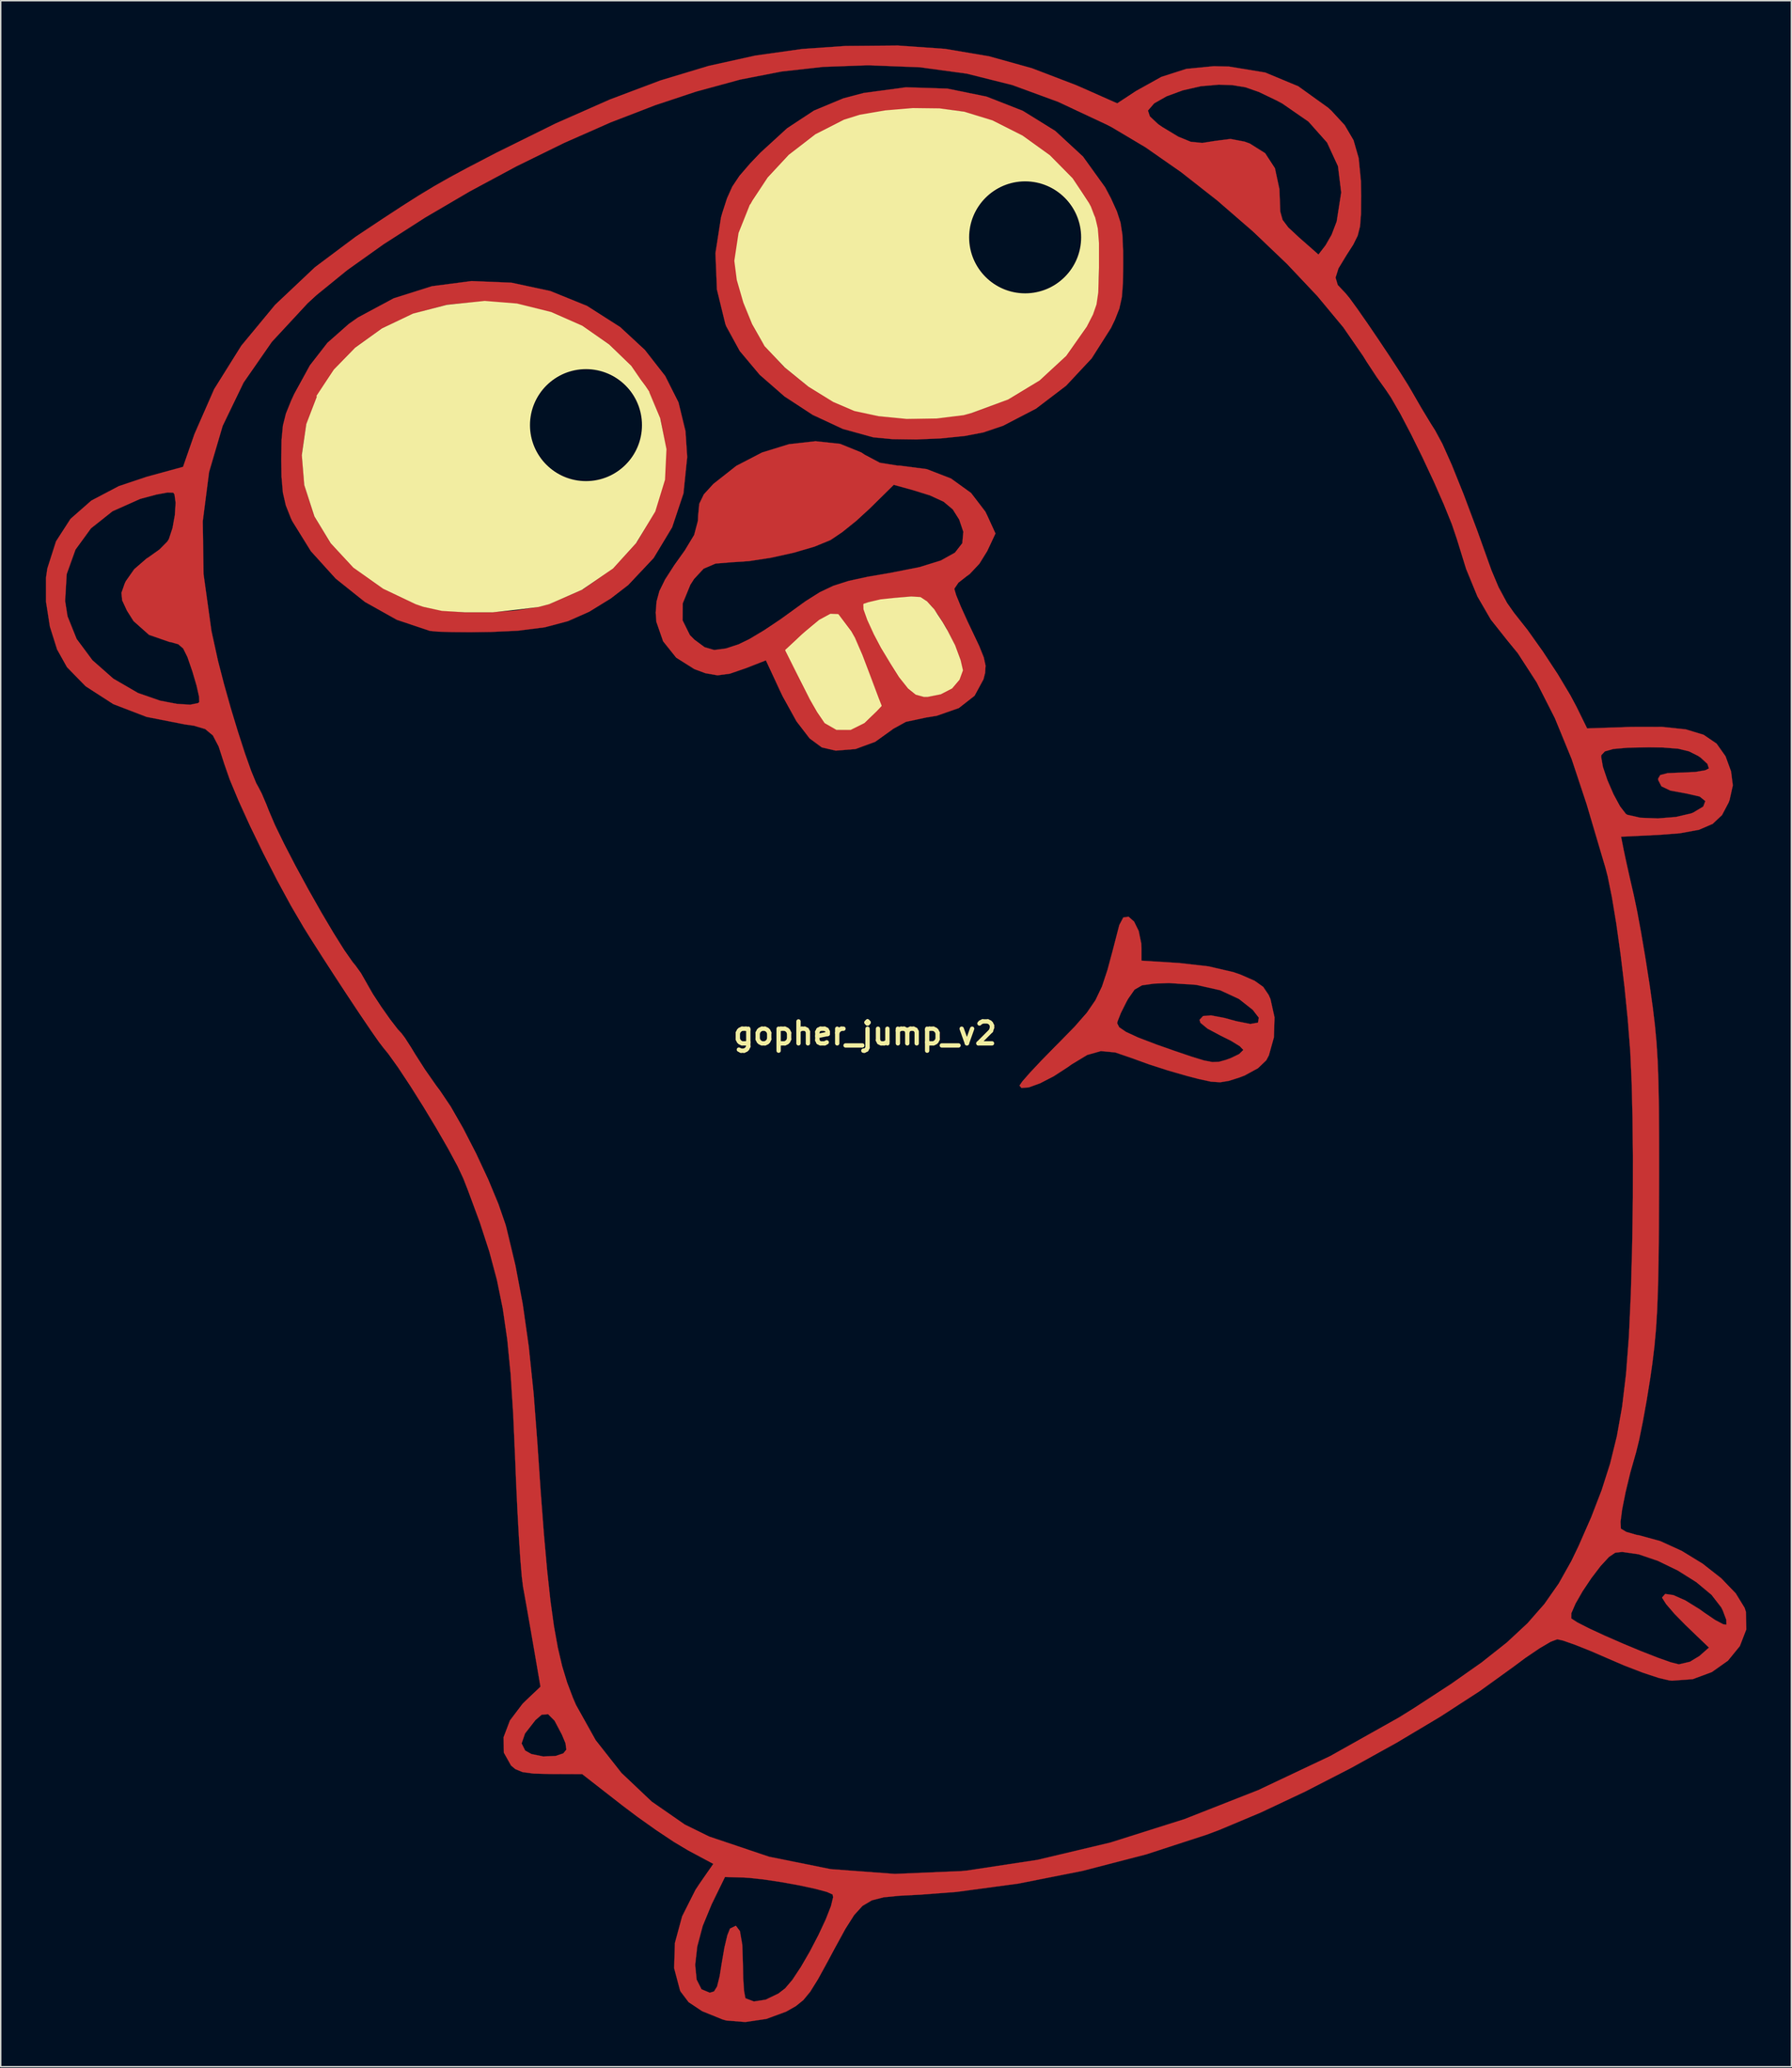
<source format=kicad_pcb>
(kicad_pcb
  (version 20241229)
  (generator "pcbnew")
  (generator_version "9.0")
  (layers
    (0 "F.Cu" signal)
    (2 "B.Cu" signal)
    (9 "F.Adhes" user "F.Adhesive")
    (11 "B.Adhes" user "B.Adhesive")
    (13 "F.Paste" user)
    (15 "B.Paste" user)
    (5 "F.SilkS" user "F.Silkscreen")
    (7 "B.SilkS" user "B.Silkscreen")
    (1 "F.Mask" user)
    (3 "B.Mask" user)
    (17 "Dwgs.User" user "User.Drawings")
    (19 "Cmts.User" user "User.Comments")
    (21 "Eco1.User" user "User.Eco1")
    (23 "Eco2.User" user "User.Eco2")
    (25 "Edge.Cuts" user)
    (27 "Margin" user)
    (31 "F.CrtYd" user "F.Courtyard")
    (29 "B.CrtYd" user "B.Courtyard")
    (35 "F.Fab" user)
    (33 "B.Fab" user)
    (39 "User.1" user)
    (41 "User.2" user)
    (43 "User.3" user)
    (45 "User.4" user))
  (footprint "gopher_jump_v2"
    (layer "F.Cu")
    (at 56.96 68.66)
    (property "Reference" "gopher_jump_v2" (at 0 0 0) (layer "F.SilkS") (effects (font (size 1.524 1.524) (thickness 0.3))))
    (attr through_hole)
    (fp_poly (pts (xy -24.525 -52.094) (xy -21.831 -51.517) (xy -19.287 -50.486) (xy -16.977 -49.012) (xy -15.269 -47.429) (xy -13.857 -45.621) (xy -12.936 -43.792) (xy -12.449 -41.792) (xy -12.331 -39.998) (xy -12.589 -37.474) (xy -13.374 -35.122) (xy -14.66 -32.987) (xy -16.423 -31.115) (xy -17.624 -30.189) (xy -19.131 -29.261) (xy -20.612 -28.605) (xy -22.219 -28.18) (xy -24.104 -27.942) (xy -25.964 -27.858) (xy -27.383 -27.84) (xy -28.649 -27.849) (xy -29.628 -27.88) (xy -30.181 -27.932) (xy -30.186 -27.933) (xy -32.473 -28.699) (xy -34.69 -29.941) (xy -36.719 -31.561) (xy -38.439 -33.462) (xy -39.731 -35.548) (xy -39.833 -35.764) (xy -40.179 -36.64) (xy -40.383 -37.527) (xy -40.477 -38.626) (xy -40.497 -39.852) (xy -40.491 -40.177) (xy -39.068 -40.177) (xy -38.892 -38.032) (xy -38.204 -35.9) (xy -37.056 -34.008) (xy -35.443 -32.313) (xy -33.45 -30.885) (xy -31.164 -29.795) (xy -30.621 -29.605) (xy -29.387 -29.347) (xy -27.789 -29.22) (xy -26.014 -29.22) (xy -24.249 -29.344) (xy -22.678 -29.588) (xy -21.923 -29.784) (xy -19.55 -30.817) (xy -17.491 -32.274) (xy -15.81 -34.098) (xy -14.572 -36.233) (xy -14.533 -36.324) (xy -13.906 -38.443) (xy -13.801 -40.548) (xy -14.175 -42.589) (xy -14.989 -44.515) (xy -16.198 -46.274) (xy -17.763 -47.816) (xy -19.641 -49.09) (xy -21.791 -50.045) (xy -24.171 -50.631) (xy -26.388 -50.8) (xy -28.971 -50.575) (xy -31.348 -49.935) (xy -33.481 -48.93) (xy -35.328 -47.609) (xy -36.85 -46.023) (xy -38.007 -44.222) (xy -38.76 -42.256) (xy -39.068 -40.177) (xy -40.491 -40.177) (xy -40.474 -41.197) (xy -40.381 -42.178) (xy -40.173 -43.011) (xy -39.807 -43.916) (xy -39.593 -44.377) (xy -38.507 -46.359) (xy -37.292 -47.922) (xy -35.809 -49.231) (xy -35.173 -49.68) (xy -32.695 -51.01) (xy -30.04 -51.85) (xy -27.289 -52.208) (xy -24.525 -52.094)) (stroke (width 0.01) (type solid)) (fill yes) (layer "F.Cu"))
    (fp_poly (pts (xy 5.713 -65.562) (xy 8.434 -65.009) (xy 10.953 -64.021) (xy 13.206 -62.625) (xy 15.131 -60.846) (xy 16.667 -58.712) (xy 17.074 -57.943) (xy 17.481 -57.045) (xy 17.732 -56.27) (xy 17.864 -55.42) (xy 17.914 -54.301) (xy 17.919 -53.428) (xy 17.902 -52.06) (xy 17.825 -51.082) (xy 17.653 -50.301) (xy 17.347 -49.522) (xy 17.074 -48.953) (xy 15.733 -46.843) (xy 13.958 -44.944) (xy 11.869 -43.353) (xy 9.585 -42.167) (xy 8.207 -41.701) (xy 6.931 -41.458) (xy 5.313 -41.293) (xy 3.573 -41.215) (xy 1.93 -41.235) (xy 0.602 -41.361) (xy 0.564 -41.367) (xy -1.538 -41.949) (xy -3.621 -42.92) (xy -5.577 -44.199) (xy -7.3 -45.703) (xy -8.683 -47.352) (xy -9.62 -49.063) (xy -9.686 -49.237) (xy -10.268 -51.622) (xy -10.347 -53.574) (xy -9.026 -53.574) (xy -8.864 -52.272) (xy -8.43 -50.741) (xy -7.804 -49.205) (xy -7.067 -47.889) (xy -6.927 -47.691) (xy -5.631 -46.264) (xy -3.977 -44.93) (xy -2.17 -43.834) (xy -0.713 -43.216) (xy 0.968 -42.838) (xy 2.946 -42.661) (xy 4.988 -42.69) (xy 6.861 -42.929) (xy 7.424 -43.061) (xy 9.914 -43.99) (xy 12.117 -45.335) (xy 13.957 -47.038) (xy 15.362 -49.043) (xy 15.4 -49.114) (xy 15.793 -49.907) (xy 16.037 -50.611) (xy 16.166 -51.409) (xy 16.217 -52.487) (xy 16.224 -53.428) (xy 16.204 -54.835) (xy 16.121 -55.842) (xy 15.943 -56.631) (xy 15.641 -57.384) (xy 15.537 -57.6) (xy 14.399 -59.333) (xy 12.818 -60.926) (xy 10.91 -62.293) (xy 8.793 -63.348) (xy 6.792 -63.964) (xy 5.183 -64.167) (xy 3.307 -64.181) (xy 1.382 -64.023) (xy -0.375 -63.709) (xy -1.465 -63.374) (xy -3.471 -62.343) (xy -5.271 -60.953) (xy -6.797 -59.295) (xy -7.978 -57.459) (xy -8.744 -55.538) (xy -9.026 -53.62) (xy -9.026 -53.574) (xy -10.347 -53.574) (xy -10.37 -54.14) (xy -9.987 -56.608) (xy -9.902 -56.916) (xy -9.568 -57.949) (xy -9.204 -58.758) (xy -8.704 -59.508) (xy -7.963 -60.367) (xy -7.253 -61.112) (xy -5.398 -62.81) (xy -3.535 -64.036) (xy -1.507 -64.882) (xy -0.093 -65.257) (xy 2.849 -65.653) (xy 5.713 -65.562)) (stroke (width 0.01) (type solid)) (fill yes) (layer "F.Cu"))
    (fp_poly (pts (xy 18.675 -7.76) (xy 18.995 -7.11) (xy 19.175 -6.232) (xy 19.191 -5.868) (xy 19.191 -5.049) (xy 21.802 -4.886) (xy 23.831 -4.656) (xy 25.562 -4.255) (xy 26.062 -4.082) (xy 27.04 -3.653) (xy 27.634 -3.229) (xy 28.011 -2.674) (xy 28.138 -2.386) (xy 28.419 -1.119) (xy 28.376 0.276) (xy 28.027 1.526) (xy 27.845 1.866) (xy 27.269 2.415) (xy 26.35 2.918) (xy 25.982 3.06) (xy 25.247 3.292) (xy 24.652 3.39) (xy 24.012 3.348) (xy 23.14 3.159) (xy 22.318 2.943) (xy 21.024 2.57) (xy 19.728 2.153) (xy 18.695 1.779) (xy 18.632 1.754) (xy 17.372 1.32) (xy 16.37 1.225) (xy 15.424 1.494) (xy 14.332 2.154) (xy 14.075 2.338) (xy 13.095 2.975) (xy 12.158 3.457) (xy 11.376 3.742) (xy 10.864 3.786) (xy 10.724 3.621) (xy 10.917 3.336) (xy 11.443 2.734) (xy 12.227 1.899) (xy 13.192 0.913) (xy 13.368 0.738) (xy 14.547 -0.465) (xy 14.756 -0.704) (xy 17.502 -0.704) (xy 17.643 -0.428) (xy 18.112 -0.107) (xy 18.969 0.288) (xy 20.271 0.785) (xy 21.449 1.198) (xy 22.688 1.619) (xy 23.527 1.876) (xy 24.104 1.987) (xy 24.555 1.97) (xy 25.016 1.845) (xy 25.358 1.723) (xy 25.962 1.434) (xy 26.244 1.158) (xy 26.247 1.136) (xy 26.009 0.886) (xy 25.391 0.507) (xy 24.669 0.147) (xy 23.772 -0.33) (xy 23.279 -0.737) (xy 23.216 -0.944) (xy 23.461 -1.207) (xy 24.005 -1.252) (xy 24.932 -1.078) (xy 25.744 -0.856) (xy 26.742 -0.657) (xy 27.272 -0.749) (xy 27.329 -1.09) (xy 26.907 -1.639) (xy 26.001 -2.353) (xy 25.93 -2.401) (xy 24.652 -2.995) (xy 22.988 -3.369) (xy 21.086 -3.495) (xy 20.045 -3.454) (xy 19.221 -3.336) (xy 18.707 -3.039) (xy 18.264 -2.404) (xy 18.145 -2.19) (xy 17.759 -1.42) (xy 17.53 -0.841) (xy 17.502 -0.704) (xy 14.756 -0.704) (xy 15.394 -1.431) (xy 15.997 -2.31) (xy 16.446 -3.253) (xy 16.831 -4.412) (xy 17.176 -5.693) (xy 17.415 -6.615) (xy 17.618 -7.402) (xy 17.648 -7.518) (xy 17.925 -8.046) (xy 18.293 -8.099) (xy 18.675 -7.76)) (stroke (width 0.01) (type solid)) (fill yes) (layer "F.Cu"))
    (fp_poly (pts (xy -1.72 -40.911) (xy -0.256 -40.316) (xy -0.025 -40.162) (xy 1.037 -39.598) (xy 2.257 -39.404) (xy 2.414 -39.401) (xy 4.288 -39.159) (xy 5.973 -38.506) (xy 7.363 -37.504) (xy 8.354 -36.211) (xy 8.479 -35.958) (xy 9.057 -34.691) (xy 8.486 -33.47) (xy 7.94 -32.591) (xy 7.27 -31.877) (xy 7.062 -31.727) (xy 6.489 -31.28) (xy 6.213 -30.873) (xy 6.209 -30.832) (xy 6.329 -30.419) (xy 6.652 -29.626) (xy 7.119 -28.593) (xy 7.376 -28.053) (xy 7.926 -26.891) (xy 8.246 -26.097) (xy 8.372 -25.521) (xy 8.34 -25.018) (xy 8.228 -24.575) (xy 7.606 -23.429) (xy 6.516 -22.578) (xy 4.99 -22.043) (xy 4.246 -21.92) (xy 2.844 -21.622) (xy 1.945 -21.127) (xy 1.904 -21.089) (xy 0.713 -20.236) (xy -0.658 -19.732) (xy -2.028 -19.623) (xy -2.986 -19.844) (xy -3.838 -20.472) (xy -4.749 -21.659) (xy -5.704 -23.386) (xy -5.928 -23.856) (xy -6.871 -25.889) (xy -8.236 -25.353) (xy -9.359 -24.966) (xy -10.221 -24.848) (xy -11.062 -24.994) (xy -11.833 -25.28) (xy -13.094 -26.075) (xy -13.512 -26.598) (xy -5.503 -26.598) (xy -4.374 -24.322) (xy -3.802 -23.221) (xy -3.262 -22.277) (xy -2.847 -21.647) (xy -2.752 -21.533) (xy -1.945 -21.07) (xy -0.989 -21.09) (xy -0.027 -21.576) (xy 0.309 -21.879) (xy 1.139 -22.738) (xy 0.61 -24.142) (xy -0.001 -25.74) (xy -0.452 -26.858) (xy -0.773 -27.565) (xy -0.996 -27.932) (xy -1.141 -28.028) (xy -1.402 -28.268) (xy -1.552 -28.611) (xy -1.856 -29.079) (xy -2.374 -29.104) (xy -3.145 -28.674) (xy -4.092 -27.886) (xy -5.503 -26.598) (xy -13.512 -26.598) (xy -14.002 -27.211) (xy -14.47 -28.562) (xy -14.477 -28.659) (xy -12.648 -28.659) (xy -12.144 -27.641) (xy -11.832 -27.324) (xy -11.121 -26.8) (xy -10.452 -26.605) (xy -9.629 -26.717) (xy -8.773 -26.997) (xy -8.026 -27.358) (xy -7 -27.971) (xy -5.861 -28.732) (xy -5.281 -29.151) (xy -4.382 -29.801) (xy -0.074 -29.801) (xy -0.071 -29.442) (xy 0.183 -28.716) (xy 0.63 -27.744) (xy 1.211 -26.647) (xy 1.865 -25.546) (xy 2.402 -24.743) (xy 3.03 -23.935) (xy 3.536 -23.514) (xy 4.082 -23.366) (xy 4.339 -23.356) (xy 5.283 -23.552) (xy 6.03 -23.961) (xy 6.548 -24.568) (xy 6.773 -25.199) (xy 6.773 -25.218) (xy 6.619 -25.963) (xy 6.219 -26.985) (xy 5.666 -28.093) (xy 5.05 -29.095) (xy 4.64 -29.625) (xy 4.23 -30.039) (xy 3.83 -30.253) (xy 3.263 -30.307) (xy 2.357 -30.24) (xy 2.039 -30.207) (xy 1.048 -30.077) (xy 0.286 -29.93) (xy -0.074 -29.801) (xy -4.382 -29.801) (xy -4.105 -30.001) (xy -3.126 -30.618) (xy -2.188 -31.063) (xy -1.14 -31.398) (xy 0.173 -31.684) (xy 1.773 -31.96) (xy 3.785 -32.357) (xy 5.266 -32.815) (xy 6.245 -33.36) (xy 6.756 -34.016) (xy 6.828 -34.806) (xy 6.541 -35.659) (xy 6.094 -36.366) (xy 5.461 -36.896) (xy 4.511 -37.333) (xy 3.326 -37.702) (xy 2.001 -38.068) (xy 0.353 -36.442) (xy -0.599 -35.569) (xy -1.57 -34.787) (xy -2.363 -34.253) (xy -2.426 -34.219) (xy -3.502 -33.777) (xy -4.936 -33.358) (xy -6.52 -33.007) (xy -8.046 -32.773) (xy -9.179 -32.699) (xy -10.363 -32.603) (xy -11.193 -32.248) (xy -11.856 -31.533) (xy -12.11 -31.135) (xy -12.639 -29.845) (xy -12.648 -28.659) (xy -14.477 -28.659) (xy -14.515 -29.198) (xy -14.456 -29.971) (xy -14.26 -30.692) (xy -13.868 -31.494) (xy -13.217 -32.505) (xy -12.491 -33.524) (xy -11.849 -34.587) (xy -11.589 -35.567) (xy -11.571 -35.948) (xy -11.492 -36.756) (xy -11.175 -37.406) (xy -10.513 -38.132) (xy -8.923 -39.384) (xy -7.139 -40.31) (xy -5.271 -40.887) (xy -3.428 -41.094) (xy -1.72 -40.911)) (stroke (width 0.01) (type solid)) (fill yes) (layer "F.Cu"))
    (fp_poly (pts (xy 5.563 -68.32) (xy 8.607 -67.805) (xy 11.577 -66.979) (xy 14.62 -65.815) (xy 15.174 -65.574) (xy 17.506 -64.54) (xy 18.813 -65.398) (xy 20.569 -66.375) (xy 22.296 -66.93) (xy 24.205 -67.117) (xy 25.265 -67.092) (xy 27.77 -66.679) (xy 30.065 -65.724) (xy 32.144 -64.23) (xy 32.372 -64.02) (xy 33.289 -63.024) (xy 33.901 -61.979) (xy 34.258 -60.738) (xy 34.413 -59.153) (xy 34.431 -58.141) (xy 34.419 -56.873) (xy 34.353 -56.004) (xy 34.187 -55.351) (xy 33.877 -54.728) (xy 33.425 -54.024) (xy 32.858 -53.091) (xy 32.654 -52.446) (xy 32.806 -51.934) (xy 33.31 -51.4) (xy 33.328 -51.384) (xy 33.624 -51.025) (xy 34.156 -50.294) (xy 34.848 -49.302) (xy 35.623 -48.162) (xy 36.405 -46.989) (xy 37.117 -45.895) (xy 37.684 -44.993) (xy 37.96 -44.523) (xy 38.587 -43.433) (xy 39.261 -42.319) (xy 39.554 -41.857) (xy 40.062 -40.92) (xy 40.722 -39.441) (xy 41.528 -37.437) (xy 42.472 -34.926) (xy 43.477 -32.122) (xy 43.965 -30.962) (xy 44.557 -29.867) (xy 45.023 -29.203) (xy 45.977 -27.994) (xy 47.035 -26.505) (xy 48.068 -24.932) (xy 48.943 -23.471) (xy 49.366 -22.676) (xy 50.108 -21.167) (xy 53.162 -21.27) (xy 55.294 -21.273) (xy 56.947 -21.101) (xy 58.189 -20.724) (xy 59.088 -20.112) (xy 59.711 -19.234) (xy 60.095 -18.182) (xy 60.217 -17.212) (xy 59.995 -16.209) (xy 59.923 -16.015) (xy 59.469 -15.153) (xy 58.817 -14.54) (xy 57.875 -14.133) (xy 56.546 -13.889) (xy 55.089 -13.777) (xy 52.464 -13.651) (xy 52.644 -12.737) (xy 52.8 -12.002) (xy 53.04 -10.923) (xy 53.316 -9.723) (xy 53.339 -9.627) (xy 53.572 -8.516) (xy 53.851 -7.006) (xy 54.146 -5.274) (xy 54.424 -3.5) (xy 54.489 -3.058) (xy 54.671 -1.744) (xy 54.815 -0.536) (xy 54.925 0.661) (xy 55.004 1.939) (xy 55.057 3.395) (xy 55.088 5.123) (xy 55.102 7.216) (xy 55.103 9.771) (xy 55.101 10.656) (xy 55.089 13.431) (xy 55.066 15.713) (xy 55.027 17.593) (xy 54.969 19.163) (xy 54.886 20.513) (xy 54.775 21.734) (xy 54.632 22.918) (xy 54.496 23.871) (xy 54.242 25.452) (xy 53.97 26.956) (xy 53.713 28.219) (xy 53.502 29.08) (xy 53.488 29.126) (xy 53.099 30.494) (xy 52.776 31.831) (xy 52.542 33.007) (xy 52.425 33.892) (xy 52.449 34.358) (xy 52.456 34.37) (xy 52.827 34.591) (xy 53.531 34.793) (xy 53.763 34.836) (xy 55.185 35.228) (xy 56.677 35.909) (xy 58.124 36.796) (xy 59.41 37.805) (xy 60.418 38.852) (xy 61.034 39.855) (xy 61.125 40.136) (xy 61.153 41.352) (xy 60.708 42.508) (xy 59.88 43.524) (xy 58.76 44.317) (xy 57.437 44.807) (xy 56.002 44.913) (xy 55.813 44.895) (xy 55.062 44.719) (xy 53.96 44.353) (xy 52.669 43.854) (xy 51.607 43.397) (xy 50.363 42.857) (xy 49.263 42.419) (xy 48.437 42.131) (xy 48.034 42.041) (xy 47.584 42.21) (xy 46.808 42.665) (xy 45.824 43.333) (xy 44.969 43.968) (xy 42.644 45.645) (xy 39.908 47.419) (xy 36.891 49.219) (xy 33.724 50.974) (xy 30.536 52.613) (xy 27.457 54.065) (xy 24.616 55.259) (xy 23.725 55.595) (xy 19.509 56.968) (xy 15.092 58.113) (xy 10.652 58.993) (xy 6.367 59.571) (xy 3.868 59.761) (xy 2.398 59.837) (xy 1.303 59.944) (xy 0.481 60.155) (xy -0.168 60.541) (xy -0.746 61.176) (xy -1.353 62.132) (xy -2.092 63.482) (xy -2.565 64.367) (xy -3.258 65.633) (xy -3.796 66.497) (xy -4.276 67.079) (xy -4.798 67.499) (xy -5.461 67.875) (xy -5.467 67.879) (xy -6.837 68.384) (xy -8.3 68.599) (xy -9.614 68.495) (xy -9.878 68.42) (xy -11.288 67.849) (xy -12.229 67.224) (xy -12.794 66.479) (xy -12.826 66.411) (xy -13.237 64.862) (xy -13.23 64.635) (xy -11.777 64.635) (xy -11.678 65.653) (xy -11.337 66.327) (xy -10.766 66.566) (xy -10.468 66.476) (xy -10.255 66.131) (xy -10.078 65.415) (xy -9.929 64.481) (xy -9.745 63.415) (xy -9.544 62.572) (xy -9.365 62.125) (xy -9.355 62.113) (xy -8.954 61.918) (xy -8.672 62.29) (xy -8.51 63.231) (xy -8.467 64.49) (xy -8.444 65.591) (xy -8.384 66.453) (xy -8.298 66.921) (xy -8.279 66.955) (xy -7.705 67.174) (xy -6.887 67.048) (xy -6.002 66.622) (xy -5.534 66.263) (xy -5.038 65.679) (xy -4.448 64.788) (xy -3.823 63.71) (xy -3.226 62.565) (xy -2.716 61.473) (xy -2.356 60.556) (xy -2.205 59.934) (xy -2.243 59.749) (xy -2.641 59.572) (xy -3.457 59.353) (xy -4.546 59.118) (xy -5.766 58.896) (xy -6.972 58.714) (xy -8.021 58.598) (xy -8.454 58.573) (xy -9.71 58.537) (xy -10.637 60.434) (xy -11.254 61.934) (xy -11.635 63.365) (xy -11.777 64.635) (xy -13.23 64.635) (xy -13.183 63.113) (xy -12.683 61.268) (xy -11.756 59.426) (xy -11.468 58.991) (xy -10.52 57.626) (xy -12.292 56.675) (xy -13.252 56.102) (xy -14.481 55.284) (xy -15.808 54.34) (xy -16.839 53.562) (xy -19.614 51.399) (xy -21.802 51.391) (xy -22.986 51.36) (xy -23.756 51.256) (xy -24.26 51.047) (xy -24.553 50.8) (xy -25.052 49.909) (xy -25.063 49.268) (xy -23.82 49.268) (xy -23.573 49.762) (xy -23.142 50.003) (xy -22.324 50.171) (xy -21.457 50.136) (xy -20.925 49.956) (xy -20.715 49.698) (xy -20.775 49.253) (xy -21.022 48.66) (xy -21.535 47.688) (xy -21.98 47.24) (xy -22.429 47.276) (xy -22.859 47.647) (xy -23.583 48.578) (xy -23.82 49.268) (xy -25.063 49.268) (xy -25.071 48.838) (xy -24.631 47.677) (xy -23.753 46.517) (xy -23.534 46.301) (xy -22.511 45.331) (xy -22.981 42.591) (xy -23.224 41.186) (xy -23.466 39.809) (xy -23.666 38.692) (xy -23.721 38.392) (xy -23.807 37.693) (xy -23.905 36.51) (xy -24.008 34.945) (xy -24.11 33.097) (xy -24.205 31.067) (xy -24.262 29.633) (xy -24.404 26.398) (xy -24.581 23.638) (xy -24.815 21.242) (xy -25.125 19.103) (xy -25.531 17.11) (xy -26.055 15.154) (xy -26.714 13.127) (xy -27.53 10.918) (xy -27.861 10.072) (xy -28.271 9.196) (xy -28.923 7.987) (xy -29.738 6.572) (xy -30.639 5.079) (xy -31.549 3.634) (xy -32.389 2.364) (xy -33.083 1.396) (xy -33.413 0.994) (xy -33.73 0.578) (xy -34.293 -0.228) (xy -35.036 -1.325) (xy -35.894 -2.616) (xy -36.802 -4.002) (xy -37.696 -5.384) (xy -38.511 -6.665) (xy -38.939 -7.353) (xy -39.828 -8.871) (xy -40.785 -10.634) (xy -41.749 -12.516) (xy -42.658 -14.391) (xy -43.453 -16.136) (xy -44.073 -17.625) (xy -44.443 -18.685) (xy -44.838 -19.908) (xy -45.241 -20.679) (xy -45.773 -21.12) (xy -46.554 -21.353) (xy -47.172 -21.44) (xy -49.841 -21.963) (xy -52.155 -22.854) (xy -54.07 -24.091) (xy -55.362 -25.414) (xy -56.048 -26.644) (xy -56.548 -28.229) (xy -56.818 -29.958) (xy -56.818 -30.012) (xy -55.492 -30.012) (xy -55.326 -28.947) (xy -54.691 -27.37) (xy -53.595 -25.895) (xy -52.143 -24.615) (xy -50.437 -23.625) (xy -48.896 -23.089) (xy -47.735 -22.868) (xy -46.814 -22.811) (xy -46.263 -22.923) (xy -46.183 -22.998) (xy -46.199 -23.369) (xy -46.369 -24.126) (xy -46.658 -25.106) (xy -46.66 -25.114) (xy -47.007 -26.123) (xy -47.297 -26.707) (xy -47.637 -27.003) (xy -48.131 -27.145) (xy -48.26 -27.167) (xy -49.669 -27.656) (xy -50.745 -28.613) (xy -51.201 -29.336) (xy -51.533 -30.052) (xy -51.584 -30.57) (xy -51.367 -31.195) (xy -51.284 -31.377) (xy -50.697 -32.213) (xy -49.843 -32.953) (xy -49.693 -33.048) (xy -48.943 -33.583) (xy -48.401 -34.131) (xy -48.292 -34.305) (xy -48.039 -35.073) (xy -47.957 -35.534) (xy -45.942 -35.534) (xy -45.886 -31.866) (xy -45.339 -27.927) (xy -44.881 -25.838) (xy -44.467 -24.236) (xy -43.994 -22.559) (xy -43.497 -20.92) (xy -43.015 -19.434) (xy -42.582 -18.213) (xy -42.236 -17.371) (xy -42.079 -17.088) (xy -41.851 -16.651) (xy -41.526 -15.889) (xy -41.365 -15.474) (xy -40.933 -14.463) (xy -40.291 -13.142) (xy -39.502 -11.621) (xy -38.628 -10.013) (xy -37.732 -8.429) (xy -36.876 -6.982) (xy -36.124 -5.782) (xy -35.537 -4.943) (xy -35.348 -4.717) (xy -34.969 -4.191) (xy -34.546 -3.45) (xy -34.522 -3.403) (xy -34.129 -2.721) (xy -33.561 -1.854) (xy -32.947 -0.983) (xy -32.414 -0.291) (xy -32.145 0) (xy -31.911 0.313) (xy -31.496 0.959) (xy -31.191 1.46) (xy -30.513 2.52) (xy -29.751 3.609) (xy -29.501 3.941) (xy -28.737 5.074) (xy -27.869 6.593) (xy -26.974 8.336) (xy -26.134 10.137) (xy -25.429 11.833) (xy -24.937 13.259) (xy -24.88 13.463) (xy -24.253 16.077) (xy -23.74 18.786) (xy -23.324 21.716) (xy -22.985 24.992) (xy -22.733 28.32) (xy -22.496 31.8) (xy -22.271 34.759) (xy -22.048 37.258) (xy -21.82 39.361) (xy -21.576 41.128) (xy -21.307 42.623) (xy -21.005 43.907) (xy -20.66 45.043) (xy -20.263 46.092) (xy -20.045 46.598) (xy -18.68 49.043) (xy -16.892 51.315) (xy -14.794 53.303) (xy -12.497 54.897) (xy -10.807 55.728) (xy -6.65 57.129) (xy -2.37 57.991) (xy 2.075 58.321) (xy 6.728 58.123) (xy 7.096 58.086) (xy 11.97 57.347) (xy 17.03 56.146) (xy 22.172 54.519) (xy 27.293 52.505) (xy 32.289 50.141) (xy 37.054 47.466) (xy 38.104 46.812) (xy 40.672 45.138) (xy 42.794 43.644) (xy 44.535 42.266) (xy 45.962 40.939) (xy 46.263 40.596) (xy 49.008 40.596) (xy 49.43 40.87) (xy 50.255 41.29) (xy 51.353 41.798) (xy 52.597 42.342) (xy 53.858 42.867) (xy 55.007 43.317) (xy 55.916 43.638) (xy 56.457 43.775) (xy 56.484 43.777) (xy 57.243 43.6) (xy 57.895 43.205) (xy 58.561 42.617) (xy 56.938 41.058) (xy 56.17 40.276) (xy 55.598 39.61) (xy 55.325 39.182) (xy 55.316 39.133) (xy 55.525 38.894) (xy 56.091 38.975) (xy 56.92 39.342) (xy 57.92 39.962) (xy 58.234 40.187) (xy 58.985 40.699) (xy 59.55 40.998) (xy 59.776 41.028) (xy 59.764 40.685) (xy 59.524 40.048) (xy 59.417 39.831) (xy 58.739 38.956) (xy 57.685 38.077) (xy 56.395 37.266) (xy 55.013 36.597) (xy 53.68 36.143) (xy 52.539 35.978) (xy 52.058 36.033) (xy 51.621 36.33) (xy 51.041 36.961) (xy 50.404 37.795) (xy 49.796 38.705) (xy 49.304 39.561) (xy 49.013 40.235) (xy 49.008 40.596) (xy 46.263 40.596) (xy 47.14 39.597) (xy 48.135 38.176) (xy 49.014 36.611) (xy 49.514 35.572) (xy 50.391 33.573) (xy 51.116 31.693) (xy 51.705 29.846) (xy 52.173 27.945) (xy 52.536 25.901) (xy 52.808 23.629) (xy 53.006 21.041) (xy 53.143 18.05) (xy 53.237 14.569) (xy 53.242 14.306) (xy 53.281 11.4) (xy 53.285 8.519) (xy 53.257 5.798) (xy 53.197 3.372) (xy 53.108 1.377) (xy 53.095 1.168) (xy 52.927 -0.984) (xy 52.7 -3.245) (xy 52.43 -5.492) (xy 52.135 -7.601) (xy 51.83 -9.447) (xy 51.533 -10.908) (xy 51.37 -11.532) (xy 51.186 -12.149) (xy 50.881 -13.18) (xy 50.495 -14.482) (xy 50.073 -15.911) (xy 49.034 -19.041) (xy 48.971 -19.195) (xy 51.082 -19.195) (xy 51.205 -18.492) (xy 51.519 -17.564) (xy 51.942 -16.592) (xy 52.393 -15.757) (xy 52.79 -15.241) (xy 52.894 -15.173) (xy 53.808 -14.967) (xy 55.014 -14.92) (xy 56.266 -15.021) (xy 57.313 -15.263) (xy 57.466 -15.323) (xy 58.163 -15.74) (xy 58.308 -16.124) (xy 57.914 -16.438) (xy 56.994 -16.648) (xy 56.986 -16.649) (xy 55.885 -16.851) (xy 55.263 -17.149) (xy 55.038 -17.586) (xy 55.033 -17.68) (xy 55.181 -17.929) (xy 55.688 -18.061) (xy 56.654 -18.101) (xy 56.71 -18.101) (xy 57.634 -18.146) (xy 58.312 -18.262) (xy 58.558 -18.389) (xy 58.454 -18.705) (xy 57.983 -19.139) (xy 57.799 -19.263) (xy 57.181 -19.572) (xy 56.43 -19.755) (xy 55.387 -19.838) (xy 54.421 -19.852) (xy 52.929 -19.826) (xy 51.927 -19.737) (xy 51.341 -19.572) (xy 51.099 -19.315) (xy 51.082 -19.195) (xy 48.971 -19.195) (xy 47.866 -21.885) (xy 46.608 -24.359) (xy 45.301 -26.38) (xy 44.571 -27.273) (xy 43.428 -28.715) (xy 42.499 -30.318) (xy 41.712 -32.23) (xy 41.072 -34.305) (xy 40.724 -35.331) (xy 40.169 -36.705) (xy 39.47 -38.293) (xy 38.689 -39.963) (xy 37.891 -41.582) (xy 37.137 -43.018) (xy 36.492 -44.137) (xy 36.144 -44.655) (xy 35.503 -45.556) (xy 34.811 -46.609) (xy 34.566 -47.005) (xy 33.191 -48.997) (xy 31.399 -51.155) (xy 29.285 -53.396) (xy 26.941 -55.634) (xy 24.461 -57.785) (xy 21.938 -59.765) (xy 19.465 -61.49) (xy 17.137 -62.875) (xy 16.792 -63.055) (xy 14.694 -64.039) (xy 19.637 -64.039) (xy 19.769 -63.635) (xy 20.34 -63.1) (xy 20.624 -62.902) (xy 21.742 -62.226) (xy 22.608 -61.872) (xy 23.404 -61.792) (xy 24.294 -61.932) (xy 25.36 -62.069) (xy 26.344 -61.882) (xy 26.705 -61.75) (xy 27.77 -61.079) (xy 28.447 -60.037) (xy 28.759 -58.583) (xy 28.787 -57.866) (xy 28.817 -57.033) (xy 28.979 -56.454) (xy 29.374 -55.926) (xy 30.107 -55.245) (xy 30.127 -55.227) (xy 31.468 -54.047) (xy 31.959 -54.686) (xy 32.381 -55.421) (xy 32.724 -56.316) (xy 32.733 -56.347) (xy 33.046 -58.353) (xy 32.822 -60.179) (xy 32.065 -61.819) (xy 30.776 -63.27) (xy 28.959 -64.527) (xy 28.533 -64.754) (xy 27.339 -65.326) (xy 26.398 -65.655) (xy 25.482 -65.804) (xy 24.548 -65.835) (xy 23.311 -65.728) (xy 22.054 -65.44) (xy 20.926 -65.026) (xy 20.07 -64.539) (xy 19.637 -64.039) (xy 14.694 -64.039) (xy 13.405 -64.644) (xy 10.215 -65.812) (xy 7.069 -66.599) (xy 3.815 -67.042) (xy 0.3 -67.178) (xy 0.141 -67.178) (xy -2.894 -67.069) (xy -5.774 -66.749) (xy -8.659 -66.187) (xy -11.713 -65.353) (xy -14.534 -64.416) (xy -17.636 -63.22) (xy -20.878 -61.789) (xy -24.165 -60.176) (xy -27.407 -58.434) (xy -30.509 -56.616) (xy -33.378 -54.775) (xy -35.921 -52.965) (xy -38.045 -51.237) (xy -38.664 -50.669) (xy -41.148 -47.99) (xy -43.111 -45.161) (xy -44.561 -42.158) (xy -45.503 -38.957) (xy -45.942 -35.534) (xy -47.957 -35.534) (xy -47.877 -35.98) (xy -47.826 -36.823) (xy -47.904 -37.402) (xy -47.989 -37.523) (xy -48.385 -37.535) (xy -49.16 -37.392) (xy -50.158 -37.125) (xy -50.318 -37.076) (xy -52.201 -36.236) (xy -53.699 -35.047) (xy -54.772 -33.572) (xy -55.383 -31.872) (xy -55.492 -30.012) (xy -56.818 -30.012) (xy -56.819 -31.622) (xy -56.726 -32.262) (xy -56.124 -34.144) (xy -55.118 -35.704) (xy -53.677 -36.971) (xy -51.768 -37.976) (xy -49.831 -38.626) (xy -47.309 -39.315) (xy -46.521 -41.583) (xy -45.151 -44.707) (xy -43.268 -47.72) (xy -40.92 -50.559) (xy -38.158 -53.167) (xy -35.337 -55.279) (xy -33.563 -56.46) (xy -32.141 -57.392) (xy -30.952 -58.147) (xy -29.875 -58.797) (xy -28.791 -59.412) (xy -27.58 -60.064) (xy -26.121 -60.825) (xy -25.541 -61.125) (xy -21.446 -63.149) (xy -17.688 -64.808) (xy -14.183 -66.129) (xy -10.847 -67.136) (xy -7.598 -67.855) (xy -4.351 -68.312) (xy -1.34 -68.521) (xy 2.296 -68.549) (xy 5.563 -68.32)) (stroke (width 0.01) (type solid)) (fill yes) (layer "F.Cu"))
    (fp_poly (pts (xy -22 47.27) (xy -21.56 47.71) (xy -21.31 48.15) (xy -21.04 48.67) (xy -20.88 49.04) (xy -20.79 49.26) (xy -20.72 49.7) (xy -20.93 49.95) (xy -21.15 50.02) (xy -21.45 50.12) (xy -21.91 50.14) (xy -22.17 50.15) (xy -22.32 50.16) (xy -22.92 50.04) (xy -23.14 49.99) (xy -23.56 49.76) (xy -23.81 49.27) (xy -23.57 48.58) (xy -23.36 48.3) (xy -23.02 47.87) (xy -22.85 47.66) (xy -22.42 47.29)) (stroke (width 0.1) (type solid)) (fill yes) (layer "F.Mask"))
    (fp_poly (pts (xy 25.5 -65.78) (xy 26.41 -65.62) (xy 27.37 -65.28) (xy 28.07 -64.95) (xy 28.92 -64.52) (xy 30.73 -63.27) (xy 32.06 -61.78) (xy 32.78 -60.16) (xy 33.02 -58.32) (xy 32.7 -56.3) (xy 32.47 -55.71) (xy 32.36 -55.42) (xy 31.94 -54.7) (xy 31.44 -54.08) (xy 30.3 -55.11) (xy 29.41 -55.93) (xy 29 -56.47) (xy 28.84 -57.04) (xy 28.78 -58.58) (xy 28.47 -60.06) (xy 27.77 -61.13) (xy 26.71 -61.76) (xy 26.33 -61.91) (xy 25.38 -62.1) (xy 24.32 -61.97) (xy 23.41 -61.82) (xy 22.62 -61.91) (xy 21.79 -62.25) (xy 20.57 -63) (xy 19.85 -63.62) (xy 19.67 -64.01) (xy 20.11 -64.53) (xy 20.9 -64.97) (xy 21.99 -65.38) (xy 22.69 -65.54) (xy 23.28 -65.67) (xy 24.11 -65.76) (xy 24.55 -65.79)) (stroke (width 0.1) (type solid)) (fill yes) (layer "F.Mask"))
    (fp_poly (pts (xy 51.32 -19.52) (xy 51.92 -19.69) (xy 52.87 -19.78) (xy 53.93 -19.8) (xy 54.62 -19.82) (xy 55.49 -19.8) (xy 56.44 -19.73) (xy 57.16 -19.56) (xy 57.54 -19.37) (xy 57.81 -19.24) (xy 58.01 -19.08) (xy 58.43 -18.71) (xy 58.53 -18.4) (xy 58.3 -18.28) (xy 57.62 -18.17) (xy 56.12 -18.1) (xy 55.69 -18.08) (xy 55.17 -17.94) (xy 55.02 -17.68) (xy 55.03 -17.58) (xy 55.25 -17.14) (xy 55.87 -16.84) (xy 56.12 -16.79) (xy 56.99 -16.63) (xy 57.92 -16.42) (xy 58.29 -16.12) (xy 58.15 -15.74) (xy 57.46 -15.33) (xy 57.3 -15.27) (xy 56.26 -15.03) (xy 55 -14.94) (xy 53.81 -14.99) (xy 52.92 -15.19) (xy 52.8 -15.24) (xy 52.42 -15.74) (xy 52.08 -16.35) (xy 51.53 -17.59) (xy 51.23 -18.48) (xy 51.11 -19.19) (xy 51.13 -19.3)) (stroke (width 0.1) (type solid)) (fill yes) (layer "F.Mask"))
    (fp_poly (pts (xy -11.19 -32.19) (xy -10.34 -32.58) (xy -8.14 -32.72) (xy -6.74 -32.92) (xy -3.94 -33.6) (xy -2.39 -34.19) (xy -0.86 -35.3) (xy 0.26 -36.32) (xy 1.2 -37.24) (xy 2.01 -38.04) (xy 2.84 -37.81) (xy 3.45 -37.65) (xy 4.55 -37.3) (xy 5.46 -36.87) (xy 6.09 -36.34) (xy 6.49 -35.66) (xy 6.81 -34.78) (xy 6.73 -34.03) (xy 6.22 -33.38) (xy 5.21 -32.83) (xy 4.24 -32.53) (xy 3.78 -32.38) (xy 2.56 -32.15) (xy 1.46 -31.93) (xy -0.25 -31.64) (xy -1.23 -31.43) (xy -2.26 -31.08) (xy -3.17 -30.63) (xy -4.19 -29.98) (xy -5.17 -29.27) (xy -5.95 -28.69) (xy -6.76 -28.16) (xy -7.21 -27.86) (xy -8.03 -27.38) (xy -8.78 -27.01) (xy -9.64 -26.73) (xy -10.46 -26.62) (xy -11.12 -26.82) (xy -11.82 -27.33) (xy -12.13 -27.65) (xy -12.63 -28.67) (xy -12.62 -29.82) (xy -12.06 -31.17) (xy -11.44 -31.93)) (stroke (width 0.1) (type solid)) (fill yes) (layer "F.Mask"))
    (fp_poly (pts (xy -50.33 -37.04) (xy -49.73 -37.21) (xy -49.08 -37.38) (xy -48.38 -37.51) (xy -48 -37.5) (xy -47.92 -37.38) (xy -47.84 -36.83) (xy -47.9 -35.97) (xy -48.05 -35.1) (xy -48.32 -34.31) (xy -48.44 -34.13) (xy -48.97 -33.6) (xy -49.59 -33.15) (xy -50.71 -32.23) (xy -51.01 -31.79) (xy -51.3 -31.38) (xy -51.39 -31.16) (xy -51.46 -30.96) (xy -51.6 -30.57) (xy -51.55 -30.01) (xy -51.28 -29.41) (xy -50.91 -28.81) (xy -50.78 -28.6) (xy -49.7 -27.63) (xy -48.26 -27.13) (xy -47.63 -26.97) (xy -47.32 -26.68) (xy -47.02 -26.11) (xy -46.77 -25.29) (xy -46.47 -24.35) (xy -46.28 -23.58) (xy -46.23 -23.34) (xy -46.21 -23.01) (xy -46.27 -22.93) (xy -46.82 -22.82) (xy -47.19 -22.85) (xy -47.74 -22.88) (xy -48.9 -23.12) (xy -50.43 -23.67) (xy -52.11 -24.65) (xy -53.57 -25.93) (xy -54.68 -27.39) (xy -55.3 -28.97) (xy -55.48 -30.02) (xy -55.36 -31.86) (xy -54.74 -33.57) (xy -53.7 -35.01) (xy -52.2 -36.2) (xy -50.75 -36.85)) (stroke (width 0.1) (type solid)) (fill yes) (layer "F.Mask"))
    (fp_poly (pts (xy 52.07 36.09) (xy 52.54 36.03) (xy 53.68 36.18) (xy 55.04 36.66) (xy 56.45 37.33) (xy 57.62 38.1) (xy 58.78 39.05) (xy 59.42 39.88) (xy 59.73 40.69) (xy 59.74 41) (xy 59.54 40.98) (xy 59.09 40.74) (xy 59 40.69) (xy 58.51 40.35) (xy 57.95 39.95) (xy 56.92 39.32) (xy 56.1 38.94) (xy 55.53 38.87) (xy 55.5 38.89) (xy 55.29 39.12) (xy 55.32 39.21) (xy 55.59 39.63) (xy 56.04 40.15) (xy 56.33 40.47) (xy 56.72 40.86) (xy 57.23 41.37) (xy 57.81 41.92) (xy 58.53 42.62) (xy 57.88 43.19) (xy 57.21 43.58) (xy 56.48 43.76) (xy 55.91 43.61) (xy 54.84 43.23) (xy 53.78 42.81) (xy 52.33 42.19) (xy 51.45 41.8) (xy 50.32 41.29) (xy 49.7 40.98) (xy 49.43 40.85) (xy 49.02 40.59) (xy 49.03 40.23) (xy 49.32 39.57) (xy 49.84 38.69) (xy 50.25 38.05) (xy 50.91 37.16) (xy 51.05 36.98) (xy 51.61 36.37) (xy 51.63 36.34) (xy 51.99 36.11)) (stroke (width 0.1) (type solid)) (fill yes) (layer "F.Mask"))
    (fp_poly (pts (xy -9.64 58.59) (xy -8.12 58.62) (xy -6.97 58.74) (xy -5.73 58.93) (xy -3.47 59.37) (xy -2.63 59.59) (xy -2.25 59.76) (xy -2.22 59.94) (xy -2.36 60.51) (xy -2.71 61.41) (xy -3.03 62.1) (xy -3.83 63.67) (xy -4.52 64.84) (xy -5.05 65.66) (xy -5.55 66.25) (xy -6.01 66.61) (xy -6.51 66.85) (xy -6.9 67.03) (xy -7.72 67.13) (xy -8.26 66.94) (xy -8.29 66.91) (xy -8.37 66.44) (xy -8.41 65.81) (xy -8.43 65.59) (xy -8.45 64.89) (xy -8.45 64.72) (xy -8.45 64.63) (xy -8.47 64.11) (xy -8.48 63.79) (xy -8.49 63.59) (xy -8.5 63.29) (xy -8.5 63.23) (xy -8.66 62.28) (xy -8.94 61.9) (xy -8.96 61.9) (xy -9.38 62.11) (xy -9.56 62.57) (xy -9.76 63.41) (xy -9.98 64.68) (xy -10.09 65.41) (xy -10.27 66.13) (xy -10.48 66.47) (xy -10.77 66.55) (xy -11.33 66.31) (xy -11.66 65.64) (xy -11.76 64.63) (xy -11.62 63.38) (xy -11.23 61.92) (xy -10.72 60.69) (xy -10.15 59.48) (xy -9.71 58.58)) (stroke (width 0.1) (type solid)) (fill yes) (layer "F.Mask"))
    (fp_poly (pts (xy 18.71 -3.01) (xy 19.2 -3.3) (xy 20.03 -3.42) (xy 21.07 -3.46) (xy 22.51 -3.37) (xy 23 -3.35) (xy 24.65 -2.97) (xy 25.91 -2.39) (xy 26.89 -1.62) (xy 27.31 -1.08) (xy 27.26 -0.76) (xy 26.74 -0.67) (xy 25.78 -0.87) (xy 24.97 -1.09) (xy 24.86 -1.11) (xy 24.31 -1.22) (xy 24.02 -1.27) (xy 23.45 -1.22) (xy 23.2 -0.95) (xy 23.27 -0.72) (xy 23.48 -0.56) (xy 23.77 -0.32) (xy 23.87 -0.27) (xy 24.03 -0.18) (xy 24.18 -0.1) (xy 24.39 0.01) (xy 24.63 0.14) (xy 24.83 0.24) (xy 25.11 0.38) (xy 25.39 0.53) (xy 25.99 0.89) (xy 26.23 1.14) (xy 26.23 1.16) (xy 25.95 1.43) (xy 25.34 1.71) (xy 24.96 1.84) (xy 24.55 1.95) (xy 24.12 1.97) (xy 23.71 1.9) (xy 23.53 1.86) (xy 23.01 1.7) (xy 21.78 1.29) (xy 21.06 1.04) (xy 20 0.66) (xy 19.04 0.29) (xy 18.27 -0.05) (xy 18.12 -0.12) (xy 17.66 -0.44) (xy 17.52 -0.71) (xy 17.54 -0.85) (xy 17.76 -1.39) (xy 18.26 -2.36) (xy 18.63 -2.88)) (stroke (width 0.1) (type solid)) (fill yes) (layer "F.Mask"))
    (fp_circle (center -19.353 -42.21) (end -15.55 -41.16) (stroke (width 0.12) (type solid)) (fill no) (layer "F.SilkS"))
    (fp_circle (center 11.117 -55.24) (end 14.92 -54.19) (stroke (width 0.12) (type solid)) (fill no) (layer "F.SilkS"))
    (fp_poly (pts (xy -2.37 -29.07) (xy -1.87 -29.05) (xy -0.99 -27.88) (xy -0.74 -27.44) (xy -0.22 -26.24) (xy 0.41 -24.58) (xy 0.91 -23.25) (xy 1.11 -22.74) (xy 0.78 -22.39) (xy -0.06 -21.58) (xy -1 -21.11) (xy -1.96 -21.11) (xy -2.76 -21.57) (xy -3.27 -22.32) (xy -3.58 -22.86) (xy -3.78 -23.21) (xy -4.82 -25.27) (xy -5.48 -26.59) (xy -4.8 -27.22) (xy -4.44 -27.56) (xy -4.32 -27.67) (xy -4.08 -27.88) (xy -3.54 -28.33) (xy -3.14 -28.66) (xy -2.4 -29.06)) (stroke (width 0.1) (type solid)) (fill yes) (layer "F.SilkS"))
    (fp_poly (pts (xy -0.06 -29.77) (xy 0.27 -29.88) (xy 1.09 -30.07) (xy 2.13 -30.18) (xy 3.22 -30.27) (xy 3.84 -30.23) (xy 4.27 -29.95) (xy 4.77 -29.4) (xy 5.35 -28.51) (xy 5.69 -27.93) (xy 6.21 -26.92) (xy 6.59 -25.9) (xy 6.75 -25.2) (xy 6.52 -24.57) (xy 6.02 -23.98) (xy 5.25 -23.58) (xy 4.35 -23.4) (xy 4.1 -23.4) (xy 3.55 -23.55) (xy 3.03 -23.97) (xy 2.41 -24.75) (xy 1.83 -25.67) (xy 1.16 -26.78) (xy 0.66 -27.73) (xy 0.21 -28.71) (xy -0.05 -29.44)) (stroke (width 0.1) (type solid)) (fill yes) (layer "F.SilkS"))
    (fp_poly (pts (xy -26.39 -50.78) (xy -24.15 -50.6) (xy -21.78 -50.01) (xy -19.63 -49.06) (xy -17.78 -47.77) (xy -16.25 -46.29) (xy -15.59 -45.33) (xy -15.27 -44.9) (xy -15.01 -44.51) (xy -15.42 -44.48) (xy -15.97 -44.44) (xy -16.06 -44.44) (xy -16.32 -44.83) (xy -16.84 -45.33) (xy -17.45 -45.74) (xy -17.99 -45.97) (xy -18.38 -46.09) (xy -19 -46.19) (xy -19.76 -46.19) (xy -20.27 -46.1) (xy -20.88 -45.91) (xy -21.38 -45.65) (xy -21.9 -45.29) (xy -22.26 -44.94) (xy -22.69 -44.42) (xy -38 -44.23) (xy -36.81 -46.03) (xy -35.33 -47.55) (xy -33.48 -48.88) (xy -31.34 -49.9) (xy -28.99 -50.51) (xy -26.46 -50.77)) (stroke (width 0.1) (type solid)) (fill yes) (layer "F.SilkS"))
    (fp_poly (pts (xy 5.17 -64.14) (xy 6.88 -63.91) (xy 8.83 -63.31) (xy 10.91 -62.26) (xy 12.8 -60.9) (xy 14.37 -59.31) (xy 15.03 -58.32) (xy 15.5 -57.6) (xy 15.63 -57.36) (xy 15.86 -56.76) (xy 15.93 -56.6) (xy 16.03 -56.19) (xy 15 -56.19) (xy 14.74 -56.96) (xy 14.27 -57.73) (xy 13.79 -58.22) (xy 13.05 -58.75) (xy 12.46 -59) (xy 11.74 -59.19) (xy 11.11 -59.24) (xy 10.4 -59.16) (xy 9.62 -58.95) (xy 8.98 -58.63) (xy 8.32 -58.09) (xy 8.01 -57.74) (xy 7.67 -57.27) (xy 7.48 -56.91) (xy 7.37 -56.61) (xy -7.92 -57.48) (xy -7.76 -57.77) (xy -6.71 -59.36) (xy -5.25 -60.93) (xy -3.41 -62.35) (xy -1.43 -63.36) (xy -0.34 -63.7) (xy 1.41 -64) (xy 3.32 -64.16)) (stroke (width 0.1) (type solid)) (fill yes) (layer "F.SilkS"))
    (fp_poly (pts (xy -15.01 -44.48) (xy -14.25 -42.67) (xy -13.82 -40.54) (xy -13.92 -38.43) (xy -14.59 -36.24) (xy -15.91 -34.06) (xy -17.51 -32.3) (xy -19.65 -30.83) (xy -21.93 -29.83) (xy -22.65 -29.64) (xy -24.1 -29.46) (xy -25.84 -29.27) (xy -27.74 -29.27) (xy -29.35 -29.37) (xy -30.63 -29.65) (xy -31.15 -29.83) (xy -33.4 -30.9) (xy -35.46 -32.36) (xy -37.02 -34.04) (xy -38.15 -35.9) (xy -38.85 -38.06) (xy -39.02 -40.13) (xy -38.71 -42.27) (xy -37.95 -44.25) (xy -22.73 -44.4) (xy -23.14 -43.57) (xy -23.34 -42.64) (xy -23.37 -42.09) (xy -23.25 -41.2) (xy -22.93 -40.45) (xy -22.39 -39.6) (xy -21.62 -38.92) (xy -20.87 -38.5) (xy -20.1 -38.29) (xy -19.2 -38.21) (xy -18.34 -38.33) (xy -17.41 -38.71) (xy -17.15 -38.88) (xy -16.63 -39.27) (xy -16.04 -39.96) (xy -15.77 -40.43) (xy -15.46 -41.25) (xy -15.37 -42.36) (xy -15.46 -43.12) (xy -15.64 -43.63) (xy -15.93 -44.26) (xy -16.01 -44.41)) (stroke (width 0.1) (type solid)) (fill yes) (layer "F.SilkS"))
    (fp_poly (pts (xy 15.02 -56.15) (xy 16.04 -56.15) (xy 16.11 -55.84) (xy 16.19 -54.83) (xy 16.19 -53.14) (xy 16.14 -51.42) (xy 16.02 -50.6) (xy 15.78 -49.91) (xy 15.35 -49.07) (xy 13.93 -47.05) (xy 12.09 -45.35) (xy 9.91 -44.03) (xy 7.39 -43.1) (xy 6.84 -42.95) (xy 4.98 -42.72) (xy 2.9 -42.69) (xy 0.95 -42.88) (xy -0.72 -43.24) (xy -2.17 -43.86) (xy -3.89 -44.92) (xy -5.53 -46.25) (xy -6.92 -47.72) (xy -7.78 -49.24) (xy -8.39 -50.73) (xy -8.84 -52.29) (xy -9.01 -53.61) (xy -8.72 -55.53) (xy -7.94 -57.48) (xy 7.31 -56.6) (xy 7.35 -56.59) (xy 7.26 -56.32) (xy 7.12 -55.49) (xy 7.14 -54.83) (xy 7.24 -54.23) (xy 7.55 -53.41) (xy 8.06 -52.65) (xy 8.6 -52.13) (xy 9.06 -51.82) (xy 9.65 -51.53) (xy 10.33 -51.31) (xy 10.82 -51.25) (xy 11.45 -51.26) (xy 12.16 -51.38) (xy 12.88 -51.66) (xy 13.44 -51.99) (xy 14.07 -52.55) (xy 14.29 -52.81) (xy 14.57 -53.23) (xy 14.81 -53.73) (xy 15.02 -54.42) (xy 15.11 -55.13) (xy 15.07 -55.76) (xy 15 -56.15)) (stroke (width 0.1) (type solid)) (fill yes) (layer "F.SilkS"))
    (fp_line (start -56.9 -31.6) (end -56.8 -32.3) (stroke (width 0.12) (type solid)) (layer "Eco1.User"))
    (fp_line (start -56.9 -30.6) (end -56.9 -31.6) (stroke (width 0.12) (type solid)) (layer "Eco1.User"))
    (fp_line (start -56.9 -30) (end -56.9 -30.6) (stroke (width 0.12) (type solid)) (layer "Eco1.User"))
    (fp_line (start -56.8 -32.3) (end -56.1 -34.2) (stroke (width 0.12) (type solid)) (layer "Eco1.User"))
    (fp_line (start -56.7 -29) (end -56.9 -30) (stroke (width 0.12) (type solid)) (layer "Eco1.User"))
    (fp_line (start -56.6 -28.2) (end -56.7 -29) (stroke (width 0.12) (type solid)) (layer "Eco1.User"))
    (fp_line (start -56.1 -34.2) (end -55.6 -35.1) (stroke (width 0.12) (type solid)) (layer "Eco1.User"))
    (fp_line (start -56.1 -26.6) (end -56.6 -28.2) (stroke (width 0.12) (type solid)) (layer "Eco1.User"))
    (fp_line (start -55.6 -35.1) (end -55.1 -35.8) (stroke (width 0.12) (type solid)) (layer "Eco1.User"))
    (fp_line (start -55.4 -25.4) (end -56.1 -26.6) (stroke (width 0.12) (type solid)) (layer "Eco1.User"))
    (fp_line (start -55.1 -35.8) (end -53.7 -37) (stroke (width 0.12) (type solid)) (layer "Eco1.User"))
    (fp_line (start -54.1 -24.1) (end -55.4 -25.4) (stroke (width 0.12) (type solid)) (layer "Eco1.User"))
    (fp_line (start -53.7 -37) (end -51.8 -38) (stroke (width 0.12) (type solid)) (layer "Eco1.User"))
    (fp_line (start -52.2 -22.8) (end -54.1 -24.1) (stroke (width 0.12) (type solid)) (layer "Eco1.User"))
    (fp_line (start -51.8 -38) (end -50.7 -38.4) (stroke (width 0.12) (type solid)) (layer "Eco1.User"))
    (fp_line (start -50.7 -38.4) (end -49.8 -38.7) (stroke (width 0.12) (type solid)) (layer "Eco1.User"))
    (fp_line (start -49.8 -38.7) (end -48.3 -39.1) (stroke (width 0.12) (type solid)) (layer "Eco1.User"))
    (fp_line (start -49.8 -21.9) (end -52.2 -22.8) (stroke (width 0.12) (type solid)) (layer "Eco1.User"))
    (fp_line (start -48.6 -21.7) (end -49.8 -21.9) (stroke (width 0.12) (type solid)) (layer "Eco1.User"))
    (fp_line (start -48.3 -39.1) (end -47.8 -39.2) (stroke (width 0.12) (type solid)) (layer "Eco1.User"))
    (fp_line (start -47.8 -39.2) (end -47.3 -39.4) (stroke (width 0.12) (type solid)) (layer "Eco1.User"))
    (fp_line (start -47.3 -39.4) (end -46.7 -41.2) (stroke (width 0.12) (type solid)) (layer "Eco1.User"))
    (fp_line (start -46.7 -41.2) (end -46 -42.9) (stroke (width 0.12) (type solid)) (layer "Eco1.User"))
    (fp_line (start -46.6 -21.3) (end -48.6 -21.7) (stroke (width 0.12) (type solid)) (layer "Eco1.User"))
    (fp_line (start -46 -42.9) (end -45.2 -44.7) (stroke (width 0.12) (type solid)) (layer "Eco1.User"))
    (fp_line (start -45.8 -21.1) (end -46.6 -21.3) (stroke (width 0.12) (type solid)) (layer "Eco1.User"))
    (fp_line (start -45.3 -20.7) (end -45.8 -21.1) (stroke (width 0.12) (type solid)) (layer "Eco1.User"))
    (fp_line (start -45.2 -44.7) (end -43.3 -47.8) (stroke (width 0.12) (type solid)) (layer "Eco1.User"))
    (fp_line (start -44.9 -19.9) (end -45.3 -20.7) (stroke (width 0.12) (type solid)) (layer "Eco1.User"))
    (fp_line (start -44.49 -18.66) (end -44.9 -19.9) (stroke (width 0.12) (type solid)) (layer "Eco1.User"))
    (fp_line (start -44.11 -17.56) (end -44.49 -18.66) (stroke (width 0.12) (type solid)) (layer "Eco1.User"))
    (fp_line (start -43.47 -16.03) (end -44.11 -17.56) (stroke (width 0.12) (type solid)) (layer "Eco1.User"))
    (fp_line (start -43.3 -47.8) (end -40.9 -50.7) (stroke (width 0.12) (type solid)) (layer "Eco1.User"))
    (fp_line (start -42.89 -14.75) (end -43.47 -16.03) (stroke (width 0.12) (type solid)) (layer "Eco1.User"))
    (fp_line (start -42.16 -13.2) (end -42.89 -14.75) (stroke (width 0.12) (type solid)) (layer "Eco1.User"))
    (fp_line (start -41.16 -11.26) (end -42.16 -13.2) (stroke (width 0.12) (type solid)) (layer "Eco1.User"))
    (fp_line (start -40.9 -50.7) (end -38.2 -53.2) (stroke (width 0.12) (type solid)) (layer "Eco1.User"))
    (fp_line (start -40.21 -9.47) (end -41.16 -11.26) (stroke (width 0.12) (type solid)) (layer "Eco1.User"))
    (fp_line (start -39.85 -8.78) (end -40.21 -9.47) (stroke (width 0.12) (type solid)) (layer "Eco1.User"))
    (fp_line (start -38.34 -6.23) (end -39.85 -8.78) (stroke (width 0.12) (type solid)) (layer "Eco1.User"))
    (fp_line (start -38.2 -53.2) (end -35.4 -55.3) (stroke (width 0.12) (type solid)) (layer "Eco1.User"))
    (fp_line (start -35.85 -2.46) (end -38.34 -6.23) (stroke (width 0.12) (type solid)) (layer "Eco1.User"))
    (fp_line (start -35.4 -55.3) (end -33.5 -56.6) (stroke (width 0.12) (type solid)) (layer "Eco1.User"))
    (fp_line (start -34.9 -1.02) (end -35.85 -2.46) (stroke (width 0.12) (type solid)) (layer "Eco1.User"))
    (fp_line (start -34.2 -0.01) (end -34.9 -1.02) (stroke (width 0.12) (type solid)) (layer "Eco1.User"))
    (fp_line (start -33.65 0.79) (end -34.2 -0.01) (stroke (width 0.12) (type solid)) (layer "Eco1.User"))
    (fp_line (start -33.5 -56.6) (end -31.6 -57.8) (stroke (width 0.12) (type solid)) (layer "Eco1.User"))
    (fp_line (start -33.13 1.44) (end -33.65 0.79) (stroke (width 0.12) (type solid)) (layer "Eco1.User"))
    (fp_line (start -31.6 -57.8) (end -30.8 -58.3) (stroke (width 0.12) (type solid)) (layer "Eco1.User"))
    (fp_line (start -31.39 3.99) (end -33.13 1.44) (stroke (width 0.12) (type solid)) (layer "Eco1.User"))
    (fp_line (start -30.8 -58.3) (end -29.6 -59) (stroke (width 0.12) (type solid)) (layer "Eco1.User"))
    (fp_line (start -30.71 5.09) (end -31.39 3.99) (stroke (width 0.12) (type solid)) (layer "Eco1.User"))
    (fp_line (start -29.6 -59) (end -27.5 -60.2) (stroke (width 0.12) (type solid)) (layer "Eco1.User"))
    (fp_line (start -28.92 8.1) (end -30.71 5.09) (stroke (width 0.12) (type solid)) (layer "Eco1.User"))
    (fp_line (start -27.97 9.95) (end -28.92 8.1) (stroke (width 0.12) (type solid)) (layer "Eco1.User"))
    (fp_line (start -27.5 -60.2) (end -25.5 -61.2) (stroke (width 0.12) (type solid)) (layer "Eco1.User"))
    (fp_line (start -27.2 11.95) (end -27.97 9.95) (stroke (width 0.12) (type solid)) (layer "Eco1.User"))
    (fp_line (start -26.16 14.94) (end -27.2 11.95) (stroke (width 0.12) (type solid)) (layer "Eco1.User"))
    (fp_line (start -25.97 15.7) (end -26.16 14.94) (stroke (width 0.12) (type solid)) (layer "Eco1.User"))
    (fp_line (start -25.55 17.28) (end -25.97 15.7) (stroke (width 0.12) (type solid)) (layer "Eco1.User"))
    (fp_line (start -25.5 -61.2) (end -23.1 -62.4) (stroke (width 0.12) (type solid)) (layer "Eco1.User"))
    (fp_line (start -25.13 19.32) (end -25.55 17.28) (stroke (width 0.12) (type solid)) (layer "Eco1.User"))
    (fp_line (start -25.12 48.85) (end -24.69 47.67) (stroke (width 0.12) (type solid)) (layer "Eco1.User"))
    (fp_line (start -25.1 49.94) (end -25.12 48.85) (stroke (width 0.12) (type solid)) (layer "Eco1.User"))
    (fp_line (start -24.89 21.17) (end -25.13 19.32) (stroke (width 0.12) (type solid)) (layer "Eco1.User"))
    (fp_line (start -24.69 47.67) (end -23.91 46.63) (stroke (width 0.12) (type solid)) (layer "Eco1.User"))
    (fp_line (start -24.68 23.15) (end -24.89 21.17) (stroke (width 0.12) (type solid)) (layer "Eco1.User"))
    (fp_line (start -24.58 50.84) (end -25.1 49.94) (stroke (width 0.12) (type solid)) (layer "Eco1.User"))
    (fp_line (start -24.56 24.68) (end -24.68 23.15) (stroke (width 0.12) (type solid)) (layer "Eco1.User"))
    (fp_line (start -24.48 26.16) (end -24.56 24.68) (stroke (width 0.12) (type solid)) (layer "Eco1.User"))
    (fp_line (start -24.37 28.45) (end -24.48 26.16) (stroke (width 0.12) (type solid)) (layer "Eco1.User"))
    (fp_line (start -24.31 29.99) (end -24.37 28.45) (stroke (width 0.12) (type solid)) (layer "Eco1.User"))
    (fp_line (start -24.31 51.08) (end -24.58 50.84) (stroke (width 0.12) (type solid)) (layer "Eco1.User"))
    (fp_line (start -24.2 32.23) (end -24.31 29.99) (stroke (width 0.12) (type solid)) (layer "Eco1.User"))
    (fp_line (start -24.13 33.64) (end -24.2 32.23) (stroke (width 0.12) (type solid)) (layer "Eco1.User"))
    (fp_line (start -24.04 35.65) (end -24.13 33.64) (stroke (width 0.12) (type solid)) (layer "Eco1.User"))
    (fp_line (start -23.91 46.63) (end -23.78 46.49) (stroke (width 0.12) (type solid)) (layer "Eco1.User"))
    (fp_line (start -23.78 46.49) (end -23.47 46.14) (stroke (width 0.12) (type solid)) (layer "Eco1.User"))
    (fp_line (start -23.75 38.36) (end -24.04 35.65) (stroke (width 0.12) (type solid)) (layer "Eco1.User"))
    (fp_line (start -23.74 51.3) (end -24.31 51.08) (stroke (width 0.12) (type solid)) (layer "Eco1.User"))
    (fp_line (start -23.47 46.14) (end -23.03 45.75) (stroke (width 0.12) (type solid)) (layer "Eco1.User"))
    (fp_line (start -23.1 -62.4) (end -20.4 -63.7) (stroke (width 0.12) (type solid)) (layer "Eco1.User"))
    (fp_line (start -23.03 45.75) (end -22.56 45.32) (stroke (width 0.12) (type solid)) (layer "Eco1.User"))
    (fp_line (start -22.93 51.41) (end -23.74 51.3) (stroke (width 0.12) (type solid)) (layer "Eco1.User"))
    (fp_line (start -22.63 44.85) (end -23.75 38.36) (stroke (width 0.12) (type solid)) (layer "Eco1.User"))
    (fp_line (start -22.56 45.32) (end -22.63 44.85) (stroke (width 0.12) (type solid)) (layer "Eco1.User"))
    (fp_line (start -21.64 51.42) (end -22.93 51.41) (stroke (width 0.12) (type solid)) (layer "Eco1.User"))
    (fp_line (start -20.4 -63.7) (end -18.5 -64.5) (stroke (width 0.12) (type solid)) (layer "Eco1.User"))
    (fp_line (start -20.26 51.43) (end -21.64 51.42) (stroke (width 0.12) (type solid)) (layer "Eco1.User"))
    (fp_line (start -19.63 51.45) (end -20.26 51.43) (stroke (width 0.12) (type solid)) (layer "Eco1.User"))
    (fp_line (start -19.1 51.87) (end -19.63 51.45) (stroke (width 0.12) (type solid)) (layer "Eco1.User"))
    (fp_line (start -18.5 -64.5) (end -14.2 -66.2) (stroke (width 0.12) (type solid)) (layer "Eco1.User"))
    (fp_line (start -18.48 52.35) (end -19.1 51.87) (stroke (width 0.12) (type solid)) (layer "Eco1.User"))
    (fp_line (start -17.49 53.14) (end -18.48 52.35) (stroke (width 0.12) (type solid)) (layer "Eco1.User"))
    (fp_line (start -16.39 53.96) (end -17.49 53.14) (stroke (width 0.12) (type solid)) (layer "Eco1.User"))
    (fp_line (start -15.46 54.66) (end -16.39 53.96) (stroke (width 0.12) (type solid)) (layer "Eco1.User"))
    (fp_line (start -14.57 55.28) (end -15.46 54.66) (stroke (width 0.12) (type solid)) (layer "Eco1.User"))
    (fp_line (start -14.26 55.5) (end -14.57 55.28) (stroke (width 0.12) (type solid)) (layer "Eco1.User"))
    (fp_line (start -14.2 -66.2) (end -10.9 -67.2) (stroke (width 0.12) (type solid)) (layer "Eco1.User"))
    (fp_line (start -13.27 64.88) (end -13.22 63.11) (stroke (width 0.12) (type solid)) (layer "Eco1.User"))
    (fp_line (start -13.22 63.11) (end -12.71 61.18) (stroke (width 0.12) (type solid)) (layer "Eco1.User"))
    (fp_line (start -13.16 56.22) (end -14.26 55.5) (stroke (width 0.12) (type solid)) (layer "Eco1.User"))
    (fp_line (start -12.85 66.44) (end -13.27 64.88) (stroke (width 0.12) (type solid)) (layer "Eco1.User"))
    (fp_line (start -12.71 61.18) (end -11.81 59.41) (stroke (width 0.12) (type solid)) (layer "Eco1.User"))
    (fp_line (start -12.37 56.69) (end -13.16 56.22) (stroke (width 0.12) (type solid)) (layer "Eco1.User"))
    (fp_line (start -12.25 67.26) (end -12.85 66.44) (stroke (width 0.12) (type solid)) (layer "Eco1.User"))
    (fp_line (start -11.81 59.41) (end -11.46 58.86) (stroke (width 0.12) (type solid)) (layer "Eco1.User"))
    (fp_line (start -11.47 57.17) (end -12.37 56.69) (stroke (width 0.12) (type solid)) (layer "Eco1.User"))
    (fp_line (start -11.46 58.86) (end -11.08 58.34) (stroke (width 0.12) (type solid)) (layer "Eco1.User"))
    (fp_line (start -11.32 67.89) (end -12.25 67.26) (stroke (width 0.12) (type solid)) (layer "Eco1.User"))
    (fp_line (start -11.08 58.34) (end -10.82 57.95) (stroke (width 0.12) (type solid)) (layer "Eco1.User"))
    (fp_line (start -10.9 -67.2) (end -7.6 -67.9) (stroke (width 0.12) (type solid)) (layer "Eco1.User"))
    (fp_line (start -10.82 57.95) (end -10.57 57.65) (stroke (width 0.12) (type solid)) (layer "Eco1.User"))
    (fp_line (start -10.57 57.65) (end -11.47 57.17) (stroke (width 0.12) (type solid)) (layer "Eco1.User"))
    (fp_line (start -9.69 68.51) (end -11.32 67.89) (stroke (width 0.12) (type solid)) (layer "Eco1.User"))
    (fp_line (start -8.29 68.64) (end -9.69 68.51) (stroke (width 0.12) (type solid)) (layer "Eco1.User"))
    (fp_line (start -7.6 -67.9) (end -4.3 -68.4) (stroke (width 0.12) (type solid)) (layer "Eco1.User"))
    (fp_line (start -6.84 68.42) (end -8.29 68.64) (stroke (width 0.12) (type solid)) (layer "Eco1.User"))
    (fp_line (start -5.43 67.92) (end -6.84 68.42) (stroke (width 0.12) (type solid)) (layer "Eco1.User"))
    (fp_line (start -4.3 -68.4) (end -0.9 -68.6) (stroke (width 0.12) (type solid)) (layer "Eco1.User"))
    (fp_line (start -4.26 67.11) (end -5.43 67.92) (stroke (width 0.12) (type solid)) (layer "Eco1.User"))
    (fp_line (start -3.77 66.53) (end -4.26 67.11) (stroke (width 0.12) (type solid)) (layer "Eco1.User"))
    (fp_line (start -3.32 65.8) (end -3.77 66.53) (stroke (width 0.12) (type solid)) (layer "Eco1.User"))
    (fp_line (start -2.96 65.18) (end -3.32 65.8) (stroke (width 0.12) (type solid)) (layer "Eco1.User"))
    (fp_line (start -2.1 63.57) (end -2.96 65.18) (stroke (width 0.12) (type solid)) (layer "Eco1.User"))
    (fp_line (start -1.84 63.15) (end -2.1 63.57) (stroke (width 0.12) (type solid)) (layer "Eco1.User"))
    (fp_line (start -1.27 62.1) (end -1.84 63.15) (stroke (width 0.12) (type solid)) (layer "Eco1.User"))
    (fp_line (start -0.9 -68.6) (end 2.4 -68.6) (stroke (width 0.12) (type solid)) (layer "Eco1.User"))
    (fp_line (start -0.71 61.24) (end -1.27 62.1) (stroke (width 0.12) (type solid)) (layer "Eco1.User"))
    (fp_line (start -0.15 60.58) (end -0.71 61.24) (stroke (width 0.12) (type solid)) (layer "Eco1.User"))
    (fp_line (start 0.5 60.21) (end -0.15 60.58) (stroke (width 0.12) (type solid)) (layer "Eco1.User"))
    (fp_line (start 1.33 59.99) (end 0.5 60.21) (stroke (width 0.12) (type solid)) (layer "Eco1.User"))
    (fp_line (start 2.4 -68.6) (end 5.6 -68.4) (stroke (width 0.12) (type solid)) (layer "Eco1.User"))
    (fp_line (start 2.41 59.89) (end 1.33 59.99) (stroke (width 0.12) (type solid)) (layer "Eco1.User"))
    (fp_line (start 4.13 59.79) (end 2.41 59.89) (stroke (width 0.12) (type solid)) (layer "Eco1.User"))
    (fp_line (start 5.6 -68.4) (end 8.5 -67.9) (stroke (width 0.12) (type solid)) (layer "Eco1.User"))
    (fp_line (start 6.35 59.62) (end 4.13 59.79) (stroke (width 0.12) (type solid)) (layer "Eco1.User"))
    (fp_line (start 8.2 59.37) (end 6.35 59.62) (stroke (width 0.12) (type solid)) (layer "Eco1.User"))
    (fp_line (start 8.5 -67.9) (end 11 -67.2) (stroke (width 0.12) (type solid)) (layer "Eco1.User"))
    (fp_line (start 10.64 59.04) (end 8.2 59.37) (stroke (width 0.12) (type solid)) (layer "Eco1.User"))
    (fp_line (start 11 -67.2) (end 12.2 -66.8) (stroke (width 0.12) (type solid)) (layer "Eco1.User"))
    (fp_line (start 11.24 58.92) (end 10.64 59.04) (stroke (width 0.12) (type solid)) (layer "Eco1.User"))
    (fp_line (start 12.2 -66.8) (end 14.8 -65.8) (stroke (width 0.12) (type solid)) (layer "Eco1.User"))
    (fp_line (start 14.8 -65.8) (end 15.7 -65.4) (stroke (width 0.12) (type solid)) (layer "Eco1.User"))
    (fp_line (start 15.19 58.14) (end 11.24 58.92) (stroke (width 0.12) (type solid)) (layer "Eco1.User"))
    (fp_line (start 15.7 -65.4) (end 16.8 -64.9) (stroke (width 0.12) (type solid)) (layer "Eco1.User"))
    (fp_line (start 16.8 -64.9) (end 17.5 -64.6) (stroke (width 0.12) (type solid)) (layer "Eco1.User"))
    (fp_line (start 17.41 57.57) (end 15.19 58.14) (stroke (width 0.12) (type solid)) (layer "Eco1.User"))
    (fp_line (start 17.5 -64.6) (end 18.1 -65) (stroke (width 0.12) (type solid)) (layer "Eco1.User"))
    (fp_line (start 18.1 -65) (end 18.9 -65.5) (stroke (width 0.12) (type solid)) (layer "Eco1.User"))
    (fp_line (start 18.9 -65.5) (end 20.3 -66.3) (stroke (width 0.12) (type solid)) (layer "Eco1.User"))
    (fp_line (start 19.56 57) (end 17.41 57.57) (stroke (width 0.12) (type solid)) (layer "Eco1.User"))
    (fp_line (start 20.3 -66.3) (end 20.5 -66.4) (stroke (width 0.12) (type solid)) (layer "Eco1.User"))
    (fp_line (start 20.5 -66.4) (end 21.7 -66.8) (stroke (width 0.12) (type solid)) (layer "Eco1.User"))
    (fp_line (start 21.56 56.37) (end 19.56 57) (stroke (width 0.12) (type solid)) (layer "Eco1.User"))
    (fp_line (start 21.7 -66.8) (end 22.3 -67) (stroke (width 0.12) (type solid)) (layer "Eco1.User"))
    (fp_line (start 22.3 -67) (end 24.2 -67.2) (stroke (width 0.12) (type solid)) (layer "Eco1.User"))
    (fp_line (start 23.7 55.66) (end 21.56 56.37) (stroke (width 0.12) (type solid)) (layer "Eco1.User"))
    (fp_line (start 24.2 -67.2) (end 25.5 -67.1) (stroke (width 0.12) (type solid)) (layer "Eco1.User"))
    (fp_line (start 24.64 55.32) (end 23.7 55.66) (stroke (width 0.12) (type solid)) (layer "Eco1.User"))
    (fp_line (start 25.5 -67.1) (end 27.8 -66.7) (stroke (width 0.12) (type solid)) (layer "Eco1.User"))
    (fp_line (start 27.8 -66.7) (end 30.2 -65.7) (stroke (width 0.12) (type solid)) (layer "Eco1.User"))
    (fp_line (start 28.08 53.84) (end 24.64 55.32) (stroke (width 0.12) (type solid)) (layer "Eco1.User"))
    (fp_line (start 30.02 52.93) (end 28.08 53.84) (stroke (width 0.12) (type solid)) (layer "Eco1.User"))
    (fp_line (start 30.2 -65.7) (end 32 -64.4) (stroke (width 0.12) (type solid)) (layer "Eco1.User"))
    (fp_line (start 31.19 52.34) (end 30.02 52.93) (stroke (width 0.12) (type solid)) (layer "Eco1.User"))
    (fp_line (start 32 -64.4) (end 32.5 -64) (stroke (width 0.12) (type solid)) (layer "Eco1.User"))
    (fp_line (start 32.17 51.83) (end 31.19 52.34) (stroke (width 0.12) (type solid)) (layer "Eco1.User"))
    (fp_line (start 32.5 -64) (end 33.1 -63.3) (stroke (width 0.12) (type solid)) (layer "Eco1.User"))
    (fp_line (start 32.71 -52.46) (end 32.88 -51.91) (stroke (width 0.12) (type solid)) (layer "Eco1.User"))
    (fp_line (start 32.88 -51.91) (end 33.4 -51.38) (stroke (width 0.12) (type solid)) (layer "Eco1.User"))
    (fp_line (start 32.9 -53.1) (end 32.71 -52.46) (stroke (width 0.12) (type solid)) (layer "Eco1.User"))
    (fp_line (start 33.1 -63.3) (end 33.3 -63.1) (stroke (width 0.12) (type solid)) (layer "Eco1.User"))
    (fp_line (start 33.3 -63.1) (end 33.9 -62) (stroke (width 0.12) (type solid)) (layer "Eco1.User"))
    (fp_line (start 33.3 -53.7) (end 32.9 -53.1) (stroke (width 0.12) (type solid)) (layer "Eco1.User"))
    (fp_line (start 33.4 -51.38) (end 33.6 -51.15) (stroke (width 0.12) (type solid)) (layer "Eco1.User"))
    (fp_line (start 33.6 -51.15) (end 33.82 -50.87) (stroke (width 0.12) (type solid)) (layer "Eco1.User"))
    (fp_line (start 33.82 -50.87) (end 34.49 -49.92) (stroke (width 0.12) (type solid)) (layer "Eco1.User"))
    (fp_line (start 33.9 -62) (end 34.3 -60.7) (stroke (width 0.12) (type solid)) (layer "Eco1.User"))
    (fp_line (start 33.9 -54.7) (end 33.3 -53.7) (stroke (width 0.12) (type solid)) (layer "Eco1.User"))
    (fp_line (start 34.2 -55.3) (end 33.9 -54.7) (stroke (width 0.12) (type solid)) (layer "Eco1.User"))
    (fp_line (start 34.3 -60.7) (end 34.4 -59.7) (stroke (width 0.12) (type solid)) (layer "Eco1.User"))
    (fp_line (start 34.4 -59.7) (end 34.5 -59) (stroke (width 0.12) (type solid)) (layer "Eco1.User"))
    (fp_line (start 34.4 -55.9) (end 34.2 -55.3) (stroke (width 0.12) (type solid)) (layer "Eco1.User"))
    (fp_line (start 34.49 -49.92) (end 35.28 -48.79) (stroke (width 0.12) (type solid)) (layer "Eco1.User"))
    (fp_line (start 34.5 -59) (end 34.5 -56.7) (stroke (width 0.12) (type solid)) (layer "Eco1.User"))
    (fp_line (start 34.5 -56.7) (end 34.4 -55.9) (stroke (width 0.12) (type solid)) (layer "Eco1.User"))
    (fp_line (start 35.01 50.34) (end 32.17 51.83) (stroke (width 0.12) (type solid)) (layer "Eco1.User"))
    (fp_line (start 35.28 -48.79) (end 37.09 -46.04) (stroke (width 0.12) (type solid)) (layer "Eco1.User"))
    (fp_line (start 37.09 -46.04) (end 37.84 -44.86) (stroke (width 0.12) (type solid)) (layer "Eco1.User"))
    (fp_line (start 37.33 49.02) (end 35.01 50.34) (stroke (width 0.12) (type solid)) (layer "Eco1.User"))
    (fp_line (start 37.84 -44.86) (end 38.61 -43.51) (stroke (width 0.12) (type solid)) (layer "Eco1.User"))
    (fp_line (start 38.61 -43.51) (end 39.35 -42.3) (stroke (width 0.12) (type solid)) (layer "Eco1.User"))
    (fp_line (start 39.06 47.97) (end 37.33 49.02) (stroke (width 0.12) (type solid)) (layer "Eco1.User"))
    (fp_line (start 39.35 -42.3) (end 40.15 -40.89) (stroke (width 0.12) (type solid)) (layer "Eco1.User"))
    (fp_line (start 40.15 -40.89) (end 40.74 -39.54) (stroke (width 0.12) (type solid)) (layer "Eco1.User"))
    (fp_line (start 40.29 47.23) (end 39.06 47.97) (stroke (width 0.12) (type solid)) (layer "Eco1.User"))
    (fp_line (start 40.74 -39.54) (end 41.13 -38.58) (stroke (width 0.12) (type solid)) (layer "Eco1.User"))
    (fp_line (start 41.13 -38.58) (end 42.3 -35.46) (stroke (width 0.12) (type solid)) (layer "Eco1.User"))
    (fp_line (start 41.99 46.13) (end 40.29 47.23) (stroke (width 0.12) (type solid)) (layer "Eco1.User"))
    (fp_line (start 42.3 -35.46) (end 43.45 -32.33) (stroke (width 0.12) (type solid)) (layer "Eco1.User"))
    (fp_line (start 43.05 45.41) (end 41.99 46.13) (stroke (width 0.12) (type solid)) (layer "Eco1.User"))
    (fp_line (start 43.45 -32.33) (end 44.01 -30.97) (stroke (width 0.12) (type solid)) (layer "Eco1.User"))
    (fp_line (start 44.01 -30.97) (end 44.5 -30.11) (stroke (width 0.12) (type solid)) (layer "Eco1.User"))
    (fp_line (start 44.5 -30.11) (end 44.61 -29.89) (stroke (width 0.12) (type solid)) (layer "Eco1.User"))
    (fp_line (start 44.61 -29.89) (end 45.06 -29.22) (stroke (width 0.12) (type solid)) (layer "Eco1.User"))
    (fp_line (start 44.99 44.01) (end 43.05 45.41) (stroke (width 0.12) (type solid)) (layer "Eco1.User"))
    (fp_line (start 45.06 -29.22) (end 45.5 -28.71) (stroke (width 0.12) (type solid)) (layer "Eco1.User"))
    (fp_line (start 45.5 -28.71) (end 46.26 -27.69) (stroke (width 0.12) (type solid)) (layer "Eco1.User"))
    (fp_line (start 45.8 43.42) (end 44.99 44.01) (stroke (width 0.12) (type solid)) (layer "Eco1.User"))
    (fp_line (start 46.26 -27.69) (end 46.78 -26.96) (stroke (width 0.12) (type solid)) (layer "Eco1.User"))
    (fp_line (start 46.78 -26.96) (end 47.57 -25.8) (stroke (width 0.12) (type solid)) (layer "Eco1.User"))
    (fp_line (start 46.8 42.74) (end 45.8 43.42) (stroke (width 0.12) (type solid)) (layer "Eco1.User"))
    (fp_line (start 47.57 -25.8) (end 48.33 -24.63) (stroke (width 0.12) (type solid)) (layer "Eco1.User"))
    (fp_line (start 47.6 42.25) (end 46.8 42.74) (stroke (width 0.12) (type solid)) (layer "Eco1.User"))
    (fp_line (start 48.03 42.09) (end 47.6 42.25) (stroke (width 0.12) (type solid)) (layer "Eco1.User"))
    (fp_line (start 48.33 -24.63) (end 48.96 -23.57) (stroke (width 0.12) (type solid)) (layer "Eco1.User"))
    (fp_line (start 48.42 42.19) (end 48.03 42.09) (stroke (width 0.12) (type solid)) (layer "Eco1.User"))
    (fp_line (start 48.79 42.31) (end 48.42 42.19) (stroke (width 0.12) (type solid)) (layer "Eco1.User"))
    (fp_line (start 48.96 -23.57) (end 49.61 -22.34) (stroke (width 0.12) (type solid)) (layer "Eco1.User"))
    (fp_line (start 49.61 -22.34) (end 49.95 -21.64) (stroke (width 0.12) (type solid)) (layer "Eco1.User"))
    (fp_line (start 49.84 42.69) (end 48.79 42.31) (stroke (width 0.12) (type solid)) (layer "Eco1.User"))
    (fp_line (start 49.95 -21.64) (end 50.15 -21.21) (stroke (width 0.12) (type solid)) (layer "Eco1.User"))
    (fp_line (start 50.15 -21.21) (end 51.47 -21.27) (stroke (width 0.12) (type solid)) (layer "Eco1.User"))
    (fp_line (start 51.47 -21.27) (end 53.19 -21.33) (stroke (width 0.12) (type solid)) (layer "Eco1.User"))
    (fp_line (start 51.52 43.41) (end 49.84 42.69) (stroke (width 0.12) (type solid)) (layer "Eco1.User"))
    (fp_line (start 52.49 -13.62) (end 52.74 -12.5) (stroke (width 0.12) (type solid)) (layer "Eco1.User"))
    (fp_line (start 52.49 33.9) (end 52.5 34.33) (stroke (width 0.12) (type solid)) (layer "Eco1.User"))
    (fp_line (start 52.5 34.33) (end 52.87 34.57) (stroke (width 0.12) (type solid)) (layer "Eco1.User"))
    (fp_line (start 52.59 33.1) (end 52.49 33.9) (stroke (width 0.12) (type solid)) (layer "Eco1.User"))
    (fp_line (start 52.69 43.91) (end 51.52 43.41) (stroke (width 0.12) (type solid)) (layer "Eco1.User"))
    (fp_line (start 52.74 -12.5) (end 53.23 -10.33) (stroke (width 0.12) (type solid)) (layer "Eco1.User"))
    (fp_line (start 52.84 -13.63) (end 52.49 -13.62) (stroke (width 0.12) (type solid)) (layer "Eco1.User"))
    (fp_line (start 52.85 31.77) (end 52.59 33.1) (stroke (width 0.12) (type solid)) (layer "Eco1.User"))
    (fp_line (start 52.87 34.57) (end 53.65 34.76) (stroke (width 0.12) (type solid)) (layer "Eco1.User"))
    (fp_line (start 53.19 -21.33) (end 55.29 -21.34) (stroke (width 0.12) (type solid)) (layer "Eco1.User"))
    (fp_line (start 53.19 30.42) (end 52.85 31.77) (stroke (width 0.12) (type solid)) (layer "Eco1.User"))
    (fp_line (start 53.23 -10.33) (end 53.35 -9.8) (stroke (width 0.12) (type solid)) (layer "Eco1.User"))
    (fp_line (start 53.35 -9.8) (end 53.91 -6.95) (stroke (width 0.12) (type solid)) (layer "Eco1.User"))
    (fp_line (start 53.59 29.02) (end 53.19 30.42) (stroke (width 0.12) (type solid)) (layer "Eco1.User"))
    (fp_line (start 53.65 34.76) (end 55.21 35.18) (stroke (width 0.12) (type solid)) (layer "Eco1.User"))
    (fp_line (start 53.91 -6.95) (end 54.21 -5.11) (stroke (width 0.12) (type solid)) (layer "Eco1.User"))
    (fp_line (start 54.06 26.85) (end 53.59 29.02) (stroke (width 0.12) (type solid)) (layer "Eco1.User"))
    (fp_line (start 54.12 -13.69) (end 52.84 -13.63) (stroke (width 0.12) (type solid)) (layer "Eco1.User"))
    (fp_line (start 54.21 -5.11) (end 54.49 -3.42) (stroke (width 0.12) (type solid)) (layer "Eco1.User"))
    (fp_line (start 54.49 -3.42) (end 54.64 -2.28) (stroke (width 0.12) (type solid)) (layer "Eco1.User"))
    (fp_line (start 54.51 24.15) (end 54.06 26.85) (stroke (width 0.12) (type solid)) (layer "Eco1.User"))
    (fp_line (start 54.64 -2.28) (end 54.79 -1.19) (stroke (width 0.12) (type solid)) (layer "Eco1.User"))
    (fp_line (start 54.77 22.35) (end 54.51 24.15) (stroke (width 0.12) (type solid)) (layer "Eco1.User"))
    (fp_line (start 54.79 -1.19) (end 54.97 0.58) (stroke (width 0.12) (type solid)) (layer "Eco1.User"))
    (fp_line (start 54.97 0.58) (end 55.1 3.61) (stroke (width 0.12) (type solid)) (layer "Eco1.User"))
    (fp_line (start 55 19.87) (end 54.77 22.35) (stroke (width 0.12) (type solid)) (layer "Eco1.User"))
    (fp_line (start 55.05 44.76) (end 52.69 43.91) (stroke (width 0.12) (type solid)) (layer "Eco1.User"))
    (fp_line (start 55.1 3.61) (end 55.15 6.95) (stroke (width 0.12) (type solid)) (layer "Eco1.User"))
    (fp_line (start 55.12 16.9) (end 55 19.87) (stroke (width 0.12) (type solid)) (layer "Eco1.User"))
    (fp_line (start 55.15 6.95) (end 55.17 11.56) (stroke (width 0.12) (type solid)) (layer "Eco1.User"))
    (fp_line (start 55.17 11.56) (end 55.12 16.9) (stroke (width 0.12) (type solid)) (layer "Eco1.User"))
    (fp_line (start 55.21 35.18) (end 55.71 35.41) (stroke (width 0.12) (type solid)) (layer "Eco1.User"))
    (fp_line (start 55.29 -21.34) (end 56.99 -21.16) (stroke (width 0.12) (type solid)) (layer "Eco1.User"))
    (fp_line (start 55.4 -13.75) (end 54.12 -13.69) (stroke (width 0.12) (type solid)) (layer "Eco1.User"))
    (fp_line (start 55.71 35.41) (end 56.71 35.86) (stroke (width 0.12) (type solid)) (layer "Eco1.User"))
    (fp_line (start 55.82 44.94) (end 55.05 44.76) (stroke (width 0.12) (type solid)) (layer "Eco1.User"))
    (fp_line (start 56.03 44.96) (end 55.82 44.94) (stroke (width 0.12) (type solid)) (layer "Eco1.User"))
    (fp_line (start 56.58 -13.84) (end 55.4 -13.75) (stroke (width 0.12) (type solid)) (layer "Eco1.User"))
    (fp_line (start 56.71 35.86) (end 58.14 36.74) (stroke (width 0.12) (type solid)) (layer "Eco1.User"))
    (fp_line (start 56.99 -21.16) (end 58.31 -20.71) (stroke (width 0.12) (type solid)) (layer "Eco1.User"))
    (fp_line (start 57.46 44.84) (end 56.03 44.96) (stroke (width 0.12) (type solid)) (layer "Eco1.User"))
    (fp_line (start 57.89 -14.1) (end 56.58 -13.84) (stroke (width 0.12) (type solid)) (layer "Eco1.User"))
    (fp_line (start 58.14 36.74) (end 59.48 37.79) (stroke (width 0.12) (type solid)) (layer "Eco1.User"))
    (fp_line (start 58.31 -20.71) (end 59.14 -20.13) (stroke (width 0.12) (type solid)) (layer "Eco1.User"))
    (fp_line (start 58.8 44.36) (end 57.46 44.84) (stroke (width 0.12) (type solid)) (layer "Eco1.User"))
    (fp_line (start 58.84 -14.49) (end 57.89 -14.1) (stroke (width 0.12) (type solid)) (layer "Eco1.User"))
    (fp_line (start 59.14 -20.13) (end 59.77 -19.25) (stroke (width 0.12) (type solid)) (layer "Eco1.User"))
    (fp_line (start 59.48 37.79) (end 60.46 38.8) (stroke (width 0.12) (type solid)) (layer "Eco1.User"))
    (fp_line (start 59.51 -15.12) (end 58.84 -14.49) (stroke (width 0.12) (type solid)) (layer "Eco1.User"))
    (fp_line (start 59.77 -19.25) (end 60.15 -18.13) (stroke (width 0.12) (type solid)) (layer "Eco1.User"))
    (fp_line (start 59.93 43.55) (end 58.8 44.36) (stroke (width 0.12) (type solid)) (layer "Eco1.User"))
    (fp_line (start 59.98 -16) (end 59.51 -15.12) (stroke (width 0.12) (type solid)) (layer "Eco1.User"))
    (fp_line (start 60.06 -16.23) (end 59.98 -16) (stroke (width 0.12) (type solid)) (layer "Eco1.User"))
    (fp_line (start 60.15 -18.13) (end 60.26 -17.22) (stroke (width 0.12) (type solid)) (layer "Eco1.User"))
    (fp_line (start 60.26 -17.22) (end 60.06 -16.23) (stroke (width 0.12) (type solid)) (layer "Eco1.User"))
    (fp_line (start 60.46 38.8) (end 61.07 39.82) (stroke (width 0.12) (type solid)) (layer "Eco1.User"))
    (fp_line (start 60.75 42.55) (end 59.93 43.55) (stroke (width 0.12) (type solid)) (layer "Eco1.User"))
    (fp_line (start 61.07 39.82) (end 61.22 41.36) (stroke (width 0.12) (type solid)) (layer "Eco1.User"))
    (fp_line (start 61.22 41.36) (end 60.75 42.55) (stroke (width 0.12) (type solid)) (layer "Eco1.User")))
  (gr_rect
    (start -3 -3)
    (end 121.24 140.36)
    (stroke (width 0.1) (type default))
    (fill no)
    (layer "Edge.Cuts")))
</source>
